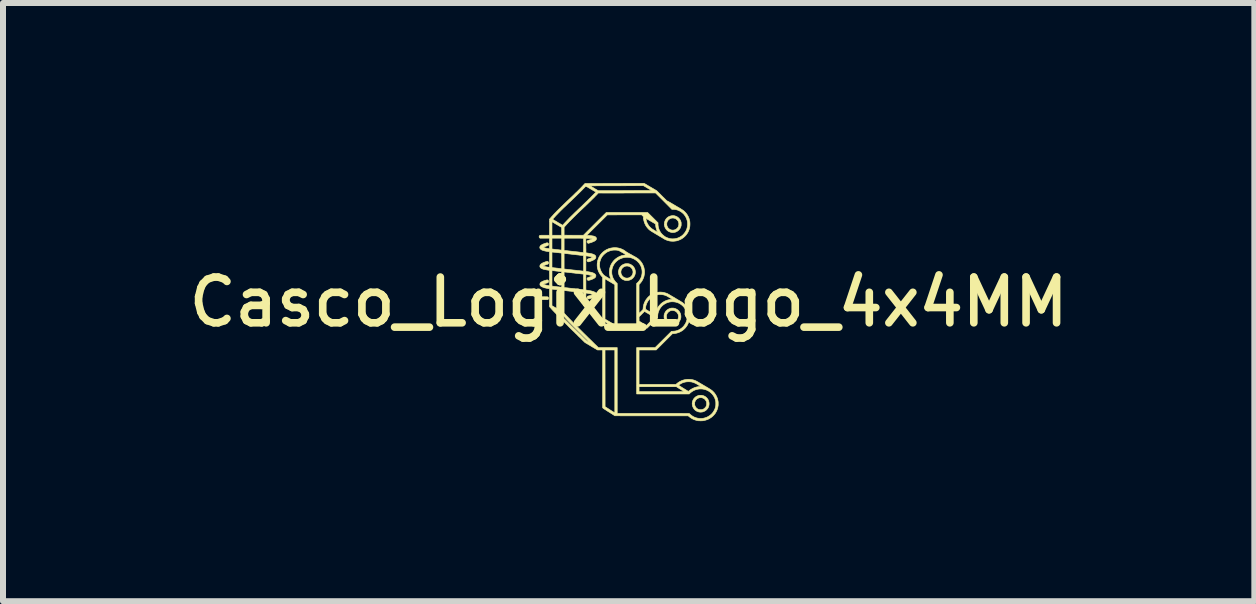
<source format=kicad_pcb>
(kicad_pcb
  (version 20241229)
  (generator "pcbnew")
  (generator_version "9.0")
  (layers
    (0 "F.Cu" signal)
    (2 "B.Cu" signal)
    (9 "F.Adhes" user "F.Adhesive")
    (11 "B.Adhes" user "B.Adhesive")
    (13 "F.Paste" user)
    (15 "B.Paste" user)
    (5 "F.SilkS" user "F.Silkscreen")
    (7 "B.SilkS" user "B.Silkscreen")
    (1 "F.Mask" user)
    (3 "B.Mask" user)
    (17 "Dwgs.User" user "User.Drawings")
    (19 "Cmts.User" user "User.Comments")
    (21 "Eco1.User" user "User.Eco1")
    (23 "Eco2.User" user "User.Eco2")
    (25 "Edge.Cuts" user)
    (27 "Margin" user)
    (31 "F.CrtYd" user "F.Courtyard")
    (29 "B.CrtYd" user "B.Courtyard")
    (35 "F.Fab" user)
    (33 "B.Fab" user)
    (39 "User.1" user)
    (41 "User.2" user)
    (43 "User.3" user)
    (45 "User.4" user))
  (footprint "Casco_Logix_Logo_4x4MM"
    (layer "F.Cu")
    (at 7.426 1.983)
    (property "Reference" "Casco_Logix_Logo_4x4MM" (at 0 0 0) (layer "F.SilkS") (effects (font (size 0.762 0.762) (thickness 0.127))))
    (attr through_hole)
    (fp_poly (pts (xy -1.427 -0.088) (xy -1.415 -0.088) (xy -1.408 -0.088) (xy -1.349 -0.087) (xy -1.344 -0.083) (xy -1.338 -0.077) (xy -1.334 -0.07) (xy -1.333 -0.063) (xy -1.335 -0.055) (xy -1.335 -0.054) (xy -1.338 -0.048) (xy -1.343 -0.044) (xy -1.348 -0.041) (xy -1.349 -0.04) (xy -1.351 -0.04) (xy -1.353 -0.039) (xy -1.356 -0.039) (xy -1.36 -0.039) (xy -1.366 -0.039) (xy -1.373 -0.039) (xy -1.382 -0.039) (xy -1.393 -0.039) (xy -1.407 -0.039) (xy -1.411 -0.039) (xy -1.426 -0.039) (xy -1.438 -0.039) (xy -1.447 -0.039) (xy -1.455 -0.039) (xy -1.461 -0.039) (xy -1.465 -0.039) (xy -1.469 -0.039) (xy -1.471 -0.04) (xy -1.473 -0.04) (xy -1.475 -0.041) (xy -1.475 -0.041) (xy -1.482 -0.045) (xy -1.486 -0.051) (xy -1.489 -0.059) (xy -1.49 -0.066) (xy -1.488 -0.072) (xy -1.486 -0.077) (xy -1.482 -0.081) (xy -1.477 -0.085) (xy -1.472 -0.087) (xy -1.472 -0.087) (xy -1.469 -0.087) (xy -1.465 -0.087) (xy -1.458 -0.088) (xy -1.449 -0.088) (xy -1.439 -0.088) (xy -1.427 -0.088)) (stroke (width 0.01) (type solid)) (fill yes) (layer "F.SilkS"))
    (fp_poly (pts (xy 0.76 -1.438) (xy 0.778 -1.433) (xy 0.796 -1.426) (xy 0.813 -1.417) (xy 0.813 -1.416) (xy 0.829 -1.404) (xy 0.842 -1.39) (xy 0.854 -1.375) (xy 0.864 -1.357) (xy 0.871 -1.338) (xy 0.871 -1.337) (xy 0.873 -1.332) (xy 0.874 -1.328) (xy 0.874 -1.324) (xy 0.875 -1.32) (xy 0.875 -1.314) (xy 0.875 -1.307) (xy 0.875 -1.299) (xy 0.875 -1.29) (xy 0.875 -1.283) (xy 0.875 -1.277) (xy 0.874 -1.273) (xy 0.873 -1.269) (xy 0.872 -1.265) (xy 0.871 -1.261) (xy 0.864 -1.242) (xy 0.855 -1.224) (xy 0.843 -1.209) (xy 0.83 -1.195) (xy 0.815 -1.183) (xy 0.798 -1.173) (xy 0.794 -1.171) (xy 0.78 -1.165) (xy 0.765 -1.161) (xy 0.749 -1.159) (xy 0.734 -1.158) (xy 0.724 -1.158) (xy 0.704 -1.162) (xy 0.685 -1.168) (xy 0.667 -1.176) (xy 0.651 -1.186) (xy 0.636 -1.199) (xy 0.633 -1.202) (xy 0.621 -1.217) (xy 0.611 -1.233) (xy 0.603 -1.25) (xy 0.598 -1.268) (xy 0.595 -1.286) (xy 0.595 -1.303) (xy 0.635 -1.303) (xy 0.635 -1.287) (xy 0.638 -1.272) (xy 0.644 -1.257) (xy 0.651 -1.244) (xy 0.66 -1.231) (xy 0.672 -1.221) (xy 0.685 -1.212) (xy 0.699 -1.205) (xy 0.705 -1.203) (xy 0.721 -1.199) (xy 0.737 -1.198) (xy 0.754 -1.2) (xy 0.762 -1.202) (xy 0.776 -1.206) (xy 0.789 -1.214) (xy 0.802 -1.223) (xy 0.806 -1.227) (xy 0.817 -1.239) (xy 0.825 -1.252) (xy 0.831 -1.265) (xy 0.834 -1.279) (xy 0.836 -1.294) (xy 0.836 -1.308) (xy 0.834 -1.32) (xy 0.831 -1.331) (xy 0.826 -1.343) (xy 0.826 -1.344) (xy 0.818 -1.357) (xy 0.808 -1.369) (xy 0.796 -1.379) (xy 0.783 -1.388) (xy 0.769 -1.394) (xy 0.754 -1.398) (xy 0.738 -1.4) (xy 0.722 -1.399) (xy 0.707 -1.396) (xy 0.693 -1.391) (xy 0.68 -1.383) (xy 0.668 -1.374) (xy 0.657 -1.363) (xy 0.648 -1.35) (xy 0.641 -1.336) (xy 0.637 -1.32) (xy 0.636 -1.319) (xy 0.635 -1.303) (xy 0.595 -1.303) (xy 0.595 -1.304) (xy 0.596 -1.322) (xy 0.601 -1.34) (xy 0.607 -1.357) (xy 0.616 -1.374) (xy 0.627 -1.389) (xy 0.639 -1.402) (xy 0.654 -1.414) (xy 0.67 -1.424) (xy 0.687 -1.431) (xy 0.705 -1.436) (xy 0.723 -1.439) (xy 0.742 -1.44) (xy 0.76 -1.438)) (stroke (width 0.01) (type solid)) (fill yes) (layer "F.SilkS"))
    (fp_poly (pts (xy -0.02 -0.639) (xy -0.012 -0.639) (xy -0.007 -0.638) (xy -0.002 -0.638) (xy 0.003 -0.637) (xy 0.007 -0.636) (xy 0.025 -0.63) (xy 0.042 -0.621) (xy 0.058 -0.61) (xy 0.068 -0.601) (xy 0.078 -0.591) (xy 0.086 -0.581) (xy 0.093 -0.569) (xy 0.097 -0.563) (xy 0.104 -0.545) (xy 0.109 -0.527) (xy 0.112 -0.508) (xy 0.112 -0.49) (xy 0.109 -0.472) (xy 0.105 -0.455) (xy 0.098 -0.438) (xy 0.089 -0.423) (xy 0.078 -0.408) (xy 0.066 -0.395) (xy 0.051 -0.383) (xy 0.035 -0.374) (xy 0.017 -0.366) (xy 0.016 -0.366) (xy 0.001 -0.362) (xy -0.015 -0.359) (xy -0.031 -0.359) (xy -0.047 -0.359) (xy -0.05 -0.36) (xy -0.067 -0.363) (xy -0.083 -0.369) (xy -0.099 -0.377) (xy -0.114 -0.387) (xy -0.127 -0.398) (xy -0.13 -0.402) (xy -0.143 -0.417) (xy -0.153 -0.433) (xy -0.161 -0.45) (xy -0.166 -0.467) (xy -0.169 -0.485) (xy -0.17 -0.502) (xy -0.13 -0.502) (xy -0.129 -0.487) (xy -0.126 -0.472) (xy -0.12 -0.457) (xy -0.112 -0.443) (xy -0.107 -0.436) (xy -0.097 -0.425) (xy -0.084 -0.415) (xy -0.07 -0.407) (xy -0.055 -0.402) (xy -0.046 -0.399) (xy -0.038 -0.399) (xy -0.029 -0.399) (xy -0.02 -0.399) (xy -0.011 -0.4) (xy -0.003 -0.402) (xy -0.001 -0.402) (xy 0.015 -0.409) (xy 0.029 -0.417) (xy 0.042 -0.427) (xy 0.053 -0.44) (xy 0.061 -0.454) (xy 0.062 -0.455) (xy 0.067 -0.467) (xy 0.07 -0.479) (xy 0.072 -0.491) (xy 0.072 -0.5) (xy 0.071 -0.516) (xy 0.067 -0.531) (xy 0.061 -0.545) (xy 0.053 -0.558) (xy 0.042 -0.571) (xy 0.036 -0.576) (xy 0.031 -0.581) (xy 0.027 -0.584) (xy 0.022 -0.587) (xy 0.016 -0.589) (xy 0.005 -0.594) (xy -0.004 -0.597) (xy -0.014 -0.599) (xy -0.025 -0.6) (xy -0.029 -0.6) (xy -0.046 -0.599) (xy -0.061 -0.595) (xy -0.075 -0.589) (xy -0.089 -0.58) (xy -0.098 -0.573) (xy -0.109 -0.561) (xy -0.118 -0.547) (xy -0.124 -0.533) (xy -0.128 -0.518) (xy -0.13 -0.502) (xy -0.17 -0.502) (xy -0.17 -0.504) (xy -0.168 -0.522) (xy -0.164 -0.539) (xy -0.158 -0.557) (xy -0.149 -0.573) (xy -0.138 -0.589) (xy -0.129 -0.599) (xy -0.118 -0.609) (xy -0.107 -0.617) (xy -0.094 -0.624) (xy -0.089 -0.627) (xy -0.079 -0.631) (xy -0.071 -0.634) (xy -0.062 -0.637) (xy -0.053 -0.638) (xy -0.044 -0.639) (xy -0.032 -0.639) (xy -0.029 -0.639) (xy -0.02 -0.639)) (stroke (width 0.01) (type solid)) (fill yes) (layer "F.SilkS"))
    (fp_poly (pts (xy 1.205 1.554) (xy 1.216 1.554) (xy 1.226 1.556) (xy 1.232 1.557) (xy 1.251 1.563) (xy 1.269 1.571) (xy 1.285 1.582) (xy 1.299 1.594) (xy 1.309 1.606) (xy 1.321 1.622) (xy 1.329 1.639) (xy 1.335 1.657) (xy 1.339 1.676) (xy 1.34 1.694) (xy 1.339 1.714) (xy 1.335 1.733) (xy 1.329 1.751) (xy 1.32 1.768) (xy 1.308 1.783) (xy 1.298 1.795) (xy 1.283 1.808) (xy 1.266 1.818) (xy 1.249 1.826) (xy 1.23 1.832) (xy 1.211 1.834) (xy 1.191 1.835) (xy 1.185 1.834) (xy 1.166 1.831) (xy 1.149 1.825) (xy 1.132 1.818) (xy 1.116 1.808) (xy 1.102 1.796) (xy 1.09 1.782) (xy 1.079 1.767) (xy 1.071 1.751) (xy 1.064 1.733) (xy 1.06 1.714) (xy 1.059 1.701) (xy 1.059 1.696) (xy 1.099 1.696) (xy 1.1 1.705) (xy 1.1 1.714) (xy 1.102 1.719) (xy 1.107 1.735) (xy 1.115 1.749) (xy 1.125 1.762) (xy 1.137 1.773) (xy 1.151 1.783) (xy 1.163 1.788) (xy 1.177 1.792) (xy 1.191 1.794) (xy 1.206 1.794) (xy 1.22 1.793) (xy 1.231 1.79) (xy 1.244 1.785) (xy 1.255 1.778) (xy 1.265 1.77) (xy 1.271 1.764) (xy 1.277 1.758) (xy 1.282 1.753) (xy 1.285 1.748) (xy 1.288 1.742) (xy 1.29 1.74) (xy 1.294 1.729) (xy 1.298 1.719) (xy 1.299 1.709) (xy 1.3 1.698) (xy 1.3 1.694) (xy 1.299 1.679) (xy 1.297 1.666) (xy 1.292 1.653) (xy 1.289 1.648) (xy 1.28 1.634) (xy 1.27 1.621) (xy 1.257 1.611) (xy 1.243 1.603) (xy 1.233 1.599) (xy 1.224 1.596) (xy 1.214 1.594) (xy 1.203 1.594) (xy 1.2 1.593) (xy 1.189 1.594) (xy 1.18 1.595) (xy 1.171 1.597) (xy 1.162 1.601) (xy 1.153 1.605) (xy 1.147 1.608) (xy 1.141 1.611) (xy 1.136 1.615) (xy 1.131 1.62) (xy 1.128 1.623) (xy 1.123 1.629) (xy 1.119 1.633) (xy 1.115 1.638) (xy 1.112 1.644) (xy 1.11 1.649) (xy 1.107 1.656) (xy 1.104 1.662) (xy 1.102 1.668) (xy 1.101 1.671) (xy 1.1 1.678) (xy 1.099 1.686) (xy 1.099 1.696) (xy 1.059 1.696) (xy 1.059 1.682) (xy 1.062 1.663) (xy 1.067 1.645) (xy 1.075 1.629) (xy 1.084 1.613) (xy 1.096 1.599) (xy 1.109 1.586) (xy 1.124 1.575) (xy 1.141 1.566) (xy 1.159 1.559) (xy 1.173 1.555) (xy 1.182 1.554) (xy 1.193 1.554) (xy 1.205 1.554)) (stroke (width 0.01) (type solid)) (fill yes) (layer "F.SilkS"))
    (fp_poly (pts (xy 0.74 0.101) (xy 0.751 0.102) (xy 0.76 0.104) (xy 0.762 0.104) (xy 0.78 0.11) (xy 0.795 0.117) (xy 0.809 0.125) (xy 0.823 0.136) (xy 0.826 0.139) (xy 0.84 0.154) (xy 0.851 0.169) (xy 0.859 0.186) (xy 0.865 0.204) (xy 0.869 0.222) (xy 0.87 0.235) (xy 0.87 0.255) (xy 0.867 0.274) (xy 0.861 0.292) (xy 0.853 0.309) (xy 0.846 0.322) (xy 0.835 0.335) (xy 0.822 0.347) (xy 0.808 0.358) (xy 0.793 0.367) (xy 0.777 0.374) (xy 0.761 0.379) (xy 0.746 0.381) (xy 0.74 0.382) (xy 0.735 0.382) (xy 0.732 0.382) (xy 0.732 0.382) (xy 0.729 0.382) (xy 0.724 0.382) (xy 0.718 0.382) (xy 0.716 0.382) (xy 0.697 0.379) (xy 0.679 0.373) (xy 0.662 0.365) (xy 0.646 0.354) (xy 0.631 0.342) (xy 0.63 0.341) (xy 0.617 0.326) (xy 0.607 0.311) (xy 0.599 0.294) (xy 0.593 0.276) (xy 0.592 0.272) (xy 0.591 0.268) (xy 0.59 0.263) (xy 0.59 0.257) (xy 0.59 0.25) (xy 0.59 0.245) (xy 0.629 0.245) (xy 0.629 0.246) (xy 0.631 0.263) (xy 0.636 0.278) (xy 0.643 0.293) (xy 0.652 0.306) (xy 0.663 0.317) (xy 0.676 0.327) (xy 0.69 0.334) (xy 0.706 0.34) (xy 0.713 0.341) (xy 0.722 0.342) (xy 0.732 0.342) (xy 0.741 0.341) (xy 0.75 0.34) (xy 0.755 0.339) (xy 0.77 0.334) (xy 0.784 0.326) (xy 0.797 0.317) (xy 0.807 0.306) (xy 0.816 0.293) (xy 0.823 0.279) (xy 0.828 0.264) (xy 0.83 0.248) (xy 0.83 0.235) (xy 0.828 0.219) (xy 0.824 0.204) (xy 0.816 0.19) (xy 0.807 0.176) (xy 0.803 0.173) (xy 0.791 0.161) (xy 0.777 0.152) (xy 0.763 0.146) (xy 0.747 0.142) (xy 0.731 0.14) (xy 0.715 0.141) (xy 0.699 0.145) (xy 0.696 0.146) (xy 0.686 0.15) (xy 0.678 0.155) (xy 0.67 0.16) (xy 0.661 0.168) (xy 0.658 0.171) (xy 0.652 0.177) (xy 0.648 0.182) (xy 0.645 0.186) (xy 0.642 0.191) (xy 0.639 0.196) (xy 0.634 0.209) (xy 0.631 0.22) (xy 0.629 0.232) (xy 0.629 0.245) (xy 0.59 0.245) (xy 0.59 0.241) (xy 0.59 0.232) (xy 0.59 0.225) (xy 0.59 0.22) (xy 0.591 0.215) (xy 0.592 0.211) (xy 0.593 0.207) (xy 0.594 0.204) (xy 0.601 0.185) (xy 0.61 0.167) (xy 0.621 0.151) (xy 0.635 0.137) (xy 0.65 0.125) (xy 0.666 0.116) (xy 0.684 0.108) (xy 0.697 0.104) (xy 0.706 0.102) (xy 0.717 0.101) (xy 0.729 0.101) (xy 0.74 0.101)) (stroke (width 0.01) (type solid)) (fill yes) (layer "F.SilkS"))
    (fp_poly (pts (xy 0.19 -1.978) (xy 0.202 -1.978) (xy 0.213 -1.978) (xy 0.223 -1.978) (xy 0.231 -1.978) (xy 0.238 -1.978) (xy 0.244 -1.978) (xy 0.248 -1.978) (xy 0.252 -1.978) (xy 0.255 -1.978) (xy 0.257 -1.977) (xy 0.258 -1.977) (xy 0.259 -1.977) (xy 0.26 -1.977) (xy 0.261 -1.976) (xy 0.265 -1.973) (xy 0.272 -1.97) (xy 0.279 -1.965) (xy 0.289 -1.96) (xy 0.3 -1.953) (xy 0.312 -1.946) (xy 0.325 -1.938) (xy 0.339 -1.93) (xy 0.354 -1.921) (xy 0.363 -1.916) (xy 0.378 -1.907) (xy 0.392 -1.899) (xy 0.406 -1.891) (xy 0.419 -1.883) (xy 0.43 -1.877) (xy 0.44 -1.871) (xy 0.448 -1.866) (xy 0.455 -1.862) (xy 0.46 -1.859) (xy 0.463 -1.858) (xy 0.463 -1.858) (xy 0.464 -1.857) (xy 0.467 -1.854) (xy 0.472 -1.85) (xy 0.478 -1.844) (xy 0.486 -1.836) (xy 0.494 -1.828) (xy 0.504 -1.818) (xy 0.515 -1.807) (xy 0.527 -1.796) (xy 0.539 -1.783) (xy 0.551 -1.771) (xy 0.564 -1.758) (xy 0.576 -1.746) (xy 0.588 -1.735) (xy 0.599 -1.724) (xy 0.609 -1.714) (xy 0.617 -1.706) (xy 0.625 -1.698) (xy 0.631 -1.693) (xy 0.635 -1.688) (xy 0.638 -1.686) (xy 0.64 -1.685) (xy 0.641 -1.684) (xy 0.645 -1.683) (xy 0.649 -1.681) (xy 0.655 -1.678) (xy 0.663 -1.674) (xy 0.672 -1.669) (xy 0.683 -1.662) (xy 0.696 -1.655) (xy 0.711 -1.646) (xy 0.728 -1.636) (xy 0.747 -1.625) (xy 0.762 -1.616) (xy 0.777 -1.607) (xy 0.792 -1.598) (xy 0.807 -1.589) (xy 0.821 -1.581) (xy 0.834 -1.574) (xy 0.845 -1.567) (xy 0.855 -1.561) (xy 0.864 -1.556) (xy 0.871 -1.552) (xy 0.875 -1.549) (xy 0.876 -1.548) (xy 0.892 -1.538) (xy 0.907 -1.528) (xy 0.92 -1.518) (xy 0.932 -1.507) (xy 0.951 -1.487) (xy 0.969 -1.465) (xy 0.983 -1.442) (xy 0.996 -1.418) (xy 1.006 -1.393) (xy 1.013 -1.367) (xy 1.019 -1.341) (xy 1.021 -1.314) (xy 1.021 -1.287) (xy 1.019 -1.26) (xy 1.014 -1.232) (xy 1.007 -1.208) (xy 0.997 -1.183) (xy 0.985 -1.158) (xy 0.97 -1.135) (xy 0.954 -1.114) (xy 0.935 -1.094) (xy 0.915 -1.076) (xy 0.893 -1.06) (xy 0.87 -1.046) (xy 0.845 -1.035) (xy 0.819 -1.025) (xy 0.801 -1.02) (xy 0.776 -1.016) (xy 0.751 -1.013) (xy 0.725 -1.013) (xy 0.699 -1.015) (xy 0.674 -1.019) (xy 0.657 -1.024) (xy 0.641 -1.029) (xy 0.626 -1.034) (xy 0.612 -1.041) (xy 0.597 -1.048) (xy 0.581 -1.058) (xy 0.579 -1.059) (xy 0.575 -1.061) (xy 0.57 -1.065) (xy 0.562 -1.069) (xy 0.553 -1.075) (xy 0.543 -1.081) (xy 0.531 -1.088) (xy 0.517 -1.096) (xy 0.503 -1.104) (xy 0.489 -1.113) (xy 0.474 -1.122) (xy 0.468 -1.125) (xy 0.453 -1.134) (xy 0.438 -1.143) (xy 0.424 -1.152) (xy 0.411 -1.16) (xy 0.398 -1.167) (xy 0.387 -1.174) (xy 0.378 -1.18) (xy 0.37 -1.185) (xy 0.364 -1.189) (xy 0.36 -1.191) (xy 0.359 -1.192) (xy 0.338 -1.209) (xy 0.319 -1.229) (xy 0.302 -1.25) (xy 0.286 -1.273) (xy 0.274 -1.297) (xy 0.263 -1.323) (xy 0.255 -1.349) (xy 0.251 -1.365) (xy 0.25 -1.374) (xy 0.248 -1.385) (xy 0.247 -1.393) (xy 0.287 -1.393) (xy 0.288 -1.389) (xy 0.289 -1.384) (xy 0.29 -1.377) (xy 0.291 -1.37) (xy 0.292 -1.364) (xy 0.294 -1.358) (xy 0.294 -1.357) (xy 0.301 -1.334) (xy 0.311 -1.311) (xy 0.324 -1.289) (xy 0.338 -1.268) (xy 0.355 -1.249) (xy 0.373 -1.232) (xy 0.385 -1.222) (xy 0.387 -1.22) (xy 0.392 -1.218) (xy 0.398 -1.214) (xy 0.405 -1.209) (xy 0.413 -1.204) (xy 0.422 -1.199) (xy 0.431 -1.193) (xy 0.44 -1.188) (xy 0.449 -1.182) (xy 0.458 -1.177) (xy 0.466 -1.173) (xy 0.472 -1.169) (xy 0.477 -1.166) (xy 0.48 -1.165) (xy 0.481 -1.164) (xy 0.482 -1.165) (xy 0.482 -1.165) (xy 0.481 -1.166) (xy 0.48 -1.169) (xy 0.478 -1.174) (xy 0.476 -1.178) (xy 0.469 -1.195) (xy 0.463 -1.212) (xy 0.458 -1.231) (xy 0.453 -1.25) (xy 0.451 -1.269) (xy 0.449 -1.286) (xy 0.449 -1.293) (xy 0.449 -1.3) (xy 0.369 -1.347) (xy 0.355 -1.355) (xy 0.342 -1.363) (xy 0.33 -1.37) (xy 0.319 -1.376) (xy 0.31 -1.382) (xy 0.302 -1.387) (xy 0.295 -1.39) (xy 0.29 -1.393) (xy 0.288 -1.394) (xy 0.287 -1.394) (xy 0.287 -1.393) (xy 0.247 -1.393) (xy 0.247 -1.395) (xy 0.246 -1.405) (xy 0.246 -1.414) (xy 0.246 -1.416) (xy 0.246 -1.423) (xy 0.231 -1.438) (xy 0.216 -1.453) (xy -0.07 -1.453) (xy -0.356 -1.452) (xy -0.699 -1.111) (xy -0.67 -1.11) (xy -0.651 -1.108) (xy -0.633 -1.107) (xy -0.616 -1.104) (xy -0.601 -1.102) (xy -0.588 -1.1) (xy -0.585 -1.099) (xy -0.571 -1.095) (xy -0.559 -1.09) (xy -0.55 -1.083) (xy -0.543 -1.076) (xy -0.539 -1.068) (xy -0.537 -1.059) (xy -0.537 -1.055) (xy -0.539 -1.046) (xy -0.542 -1.038) (xy -0.548 -1.031) (xy -0.55 -1.029) (xy -0.556 -1.024) (xy -0.565 -1.018) (xy -0.575 -1.012) (xy -0.587 -1.007) (xy -0.601 -1.001) (xy -0.618 -0.994) (xy -0.632 -0.99) (xy -0.642 -0.986) (xy -0.651 -0.984) (xy -0.658 -0.982) (xy -0.663 -0.98) (xy -0.667 -0.98) (xy -0.67 -0.979) (xy -0.673 -0.979) (xy -0.675 -0.98) (xy -0.676 -0.98) (xy -0.683 -0.983) (xy -0.688 -0.989) (xy -0.692 -0.995) (xy -0.694 -1.002) (xy -0.694 -1.008) (xy -0.692 -1.015) (xy -0.688 -1.02) (xy -0.682 -1.025) (xy -0.68 -1.026) (xy -0.677 -1.027) (xy -0.672 -1.029) (xy -0.665 -1.031) (xy -0.658 -1.033) (xy -0.654 -1.035) (xy -0.646 -1.037) (xy -0.637 -1.04) (xy -0.628 -1.043) (xy -0.621 -1.046) (xy -0.619 -1.047) (xy -0.613 -1.049) (xy -0.609 -1.051) (xy -0.607 -1.052) (xy -0.607 -1.053) (xy -0.608 -1.053) (xy -0.612 -1.054) (xy -0.618 -1.055) (xy -0.626 -1.056) (xy -0.635 -1.057) (xy -0.645 -1.058) (xy -0.656 -1.059) (xy -0.666 -1.06) (xy -0.671 -1.06) (xy -0.679 -1.06) (xy -0.688 -1.061) (xy -0.695 -1.061) (xy -0.701 -1.062) (xy -0.704 -1.062) (xy -0.713 -1.062) (xy -0.713 -0.941) (xy -0.713 -0.918) (xy -0.713 -0.897) (xy -0.712 -0.879) (xy -0.712 -0.863) (xy -0.712 -0.849) (xy -0.712 -0.838) (xy -0.712 -0.829) (xy -0.712 -0.824) (xy -0.711 -0.82) (xy -0.711 -0.82) (xy -0.708 -0.819) (xy -0.703 -0.819) (xy -0.696 -0.818) (xy -0.687 -0.817) (xy -0.678 -0.815) (xy -0.669 -0.814) (xy -0.659 -0.812) (xy -0.65 -0.811) (xy -0.642 -0.809) (xy -0.635 -0.808) (xy -0.635 -0.808) (xy -0.615 -0.804) (xy -0.598 -0.799) (xy -0.583 -0.793) (xy -0.571 -0.787) (xy -0.562 -0.78) (xy -0.554 -0.773) (xy -0.549 -0.765) (xy -0.547 -0.756) (xy -0.546 -0.75) (xy -0.547 -0.741) (xy -0.55 -0.732) (xy -0.555 -0.724) (xy -0.563 -0.716) (xy -0.573 -0.709) (xy -0.585 -0.701) (xy -0.6 -0.694) (xy -0.616 -0.687) (xy -0.625 -0.683) (xy -0.634 -0.68) (xy -0.643 -0.677) (xy -0.651 -0.674) (xy -0.659 -0.672) (xy -0.665 -0.671) (xy -0.669 -0.67) (xy -0.67 -0.67) (xy -0.677 -0.671) (xy -0.684 -0.675) (xy -0.689 -0.68) (xy -0.693 -0.686) (xy -0.694 -0.694) (xy -0.693 -0.701) (xy -0.692 -0.706) (xy -0.689 -0.71) (xy -0.686 -0.713) (xy -0.681 -0.716) (xy -0.675 -0.719) (xy -0.666 -0.722) (xy -0.662 -0.723) (xy -0.651 -0.727) (xy -0.639 -0.731) (xy -0.628 -0.735) (xy -0.618 -0.74) (xy -0.61 -0.743) (xy -0.609 -0.745) (xy -0.603 -0.748) (xy -0.609 -0.75) (xy -0.616 -0.753) (xy -0.626 -0.755) (xy -0.637 -0.758) (xy -0.65 -0.76) (xy -0.663 -0.763) (xy -0.677 -0.765) (xy -0.691 -0.767) (xy -0.694 -0.767) (xy -0.7 -0.768) (xy -0.705 -0.769) (xy -0.709 -0.769) (xy -0.709 -0.77) (xy -0.713 -0.77) (xy -0.713 -0.51) (xy -0.69 -0.507) (xy -0.676 -0.505) (xy -0.662 -0.502) (xy -0.647 -0.5) (xy -0.634 -0.497) (xy -0.621 -0.494) (xy -0.61 -0.491) (xy -0.607 -0.49) (xy -0.591 -0.485) (xy -0.577 -0.478) (xy -0.566 -0.471) (xy -0.557 -0.464) (xy -0.551 -0.455) (xy -0.547 -0.446) (xy -0.546 -0.439) (xy -0.547 -0.43) (xy -0.55 -0.422) (xy -0.554 -0.414) (xy -0.561 -0.406) (xy -0.57 -0.399) (xy -0.582 -0.392) (xy -0.595 -0.385) (xy -0.612 -0.378) (xy -0.63 -0.371) (xy -0.633 -0.37) (xy -0.642 -0.367) (xy -0.65 -0.365) (xy -0.655 -0.364) (xy -0.66 -0.363) (xy -0.664 -0.362) (xy -0.668 -0.362) (xy -0.669 -0.362) (xy -0.674 -0.362) (xy -0.678 -0.362) (xy -0.681 -0.363) (xy -0.684 -0.365) (xy -0.684 -0.366) (xy -0.69 -0.372) (xy -0.693 -0.378) (xy -0.694 -0.386) (xy -0.693 -0.393) (xy -0.689 -0.4) (xy -0.687 -0.402) (xy -0.683 -0.406) (xy -0.678 -0.408) (xy -0.671 -0.41) (xy -0.661 -0.413) (xy -0.651 -0.417) (xy -0.64 -0.421) (xy -0.63 -0.424) (xy -0.622 -0.428) (xy -0.615 -0.43) (xy -0.614 -0.431) (xy -0.603 -0.436) (xy -0.609 -0.439) (xy -0.615 -0.441) (xy -0.624 -0.443) (xy -0.635 -0.446) (xy -0.648 -0.449) (xy -0.662 -0.452) (xy -0.678 -0.455) (xy -0.694 -0.457) (xy -0.707 -0.459) (xy -0.713 -0.46) (xy -0.713 -0.201) (xy -0.708 -0.2) (xy -0.693 -0.197) (xy -0.679 -0.195) (xy -0.668 -0.193) (xy -0.659 -0.192) (xy -0.651 -0.19) (xy -0.645 -0.189) (xy -0.639 -0.188) (xy -0.635 -0.187) (xy -0.63 -0.186) (xy -0.629 -0.186) (xy -0.609 -0.181) (xy -0.591 -0.176) (xy -0.576 -0.17) (xy -0.563 -0.164) (xy -0.553 -0.157) (xy -0.545 -0.15) (xy -0.54 -0.142) (xy -0.537 -0.134) (xy -0.535 -0.125) (xy -0.536 -0.118) (xy -0.539 -0.111) (xy -0.542 -0.104) (xy -0.545 -0.101) (xy -0.554 -0.093) (xy -0.565 -0.085) (xy -0.579 -0.078) (xy -0.595 -0.071) (xy -0.614 -0.065) (xy -0.635 -0.059) (xy -0.654 -0.054) (xy -0.663 -0.052) (xy -0.67 -0.052) (xy -0.675 -0.052) (xy -0.68 -0.054) (xy -0.684 -0.056) (xy -0.687 -0.059) (xy -0.691 -0.065) (xy -0.694 -0.073) (xy -0.694 -0.08) (xy -0.692 -0.087) (xy -0.687 -0.094) (xy -0.685 -0.095) (xy -0.682 -0.097) (xy -0.678 -0.099) (xy -0.671 -0.101) (xy -0.662 -0.103) (xy -0.661 -0.104) (xy -0.643 -0.108) (xy -0.627 -0.113) (xy -0.614 -0.117) (xy -0.604 -0.121) (xy -0.595 -0.125) (xy -0.599 -0.126) (xy -0.604 -0.128) (xy -0.61 -0.13) (xy -0.618 -0.132) (xy -0.627 -0.134) (xy -0.635 -0.136) (xy -0.643 -0.138) (xy -0.644 -0.139) (xy -0.65 -0.14) (xy -0.657 -0.141) (xy -0.665 -0.142) (xy -0.673 -0.144) (xy -0.682 -0.145) (xy -0.69 -0.147) (xy -0.698 -0.148) (xy -0.704 -0.149) (xy -0.708 -0.15) (xy -0.71 -0.15) (xy -0.711 -0.15) (xy -0.711 -0.149) (xy -0.711 -0.148) (xy -0.712 -0.147) (xy -0.712 -0.144) (xy -0.712 -0.14) (xy -0.712 -0.135) (xy -0.712 -0.129) (xy -0.712 -0.121) (xy -0.713 -0.111) (xy -0.713 -0.099) (xy -0.713 -0.085) (xy -0.713 -0.068) (xy -0.713 -0.056) (xy -0.713 0.038) (xy -0.594 0.156) (xy -0.476 0.274) (xy -0.434 0.275) (xy -0.434 -0.055) (xy -0.394 -0.055) (xy -0.394 0.284) (xy -0.313 0.332) (xy -0.231 0.38) (xy -0.231 0.046) (xy -0.231 0.016) (xy -0.231 -0.014) (xy -0.231 -0.042) (xy -0.231 -0.07) (xy -0.231 -0.097) (xy -0.231 -0.122) (xy -0.231 -0.146) (xy -0.231 -0.169) (xy -0.231 -0.19) (xy -0.231 -0.209) (xy -0.231 -0.227) (xy -0.231 -0.242) (xy -0.231 -0.256) (xy -0.231 -0.267) (xy -0.231 -0.277) (xy -0.231 -0.284) (xy -0.232 -0.288) (xy -0.232 -0.29) (xy -0.232 -0.29) (xy -0.233 -0.291) (xy -0.236 -0.293) (xy -0.242 -0.296) (xy -0.249 -0.3) (xy -0.257 -0.305) (xy -0.267 -0.311) (xy -0.277 -0.317) (xy -0.289 -0.324) (xy -0.3 -0.331) (xy -0.312 -0.338) (xy -0.324 -0.345) (xy -0.336 -0.352) (xy -0.347 -0.359) (xy -0.358 -0.365) (xy -0.367 -0.371) (xy -0.376 -0.376) (xy -0.383 -0.38) (xy -0.388 -0.383) (xy -0.392 -0.385) (xy -0.393 -0.386) (xy -0.393 -0.386) (xy -0.394 -0.384) (xy -0.394 -0.38) (xy -0.394 -0.374) (xy -0.394 -0.365) (xy -0.394 -0.354) (xy -0.394 -0.341) (xy -0.394 -0.325) (xy -0.394 -0.308) (xy -0.394 -0.289) (xy -0.394 -0.268) (xy -0.394 -0.246) (xy -0.394 -0.222) (xy -0.394 -0.197) (xy -0.394 -0.171) (xy -0.394 -0.143) (xy -0.394 -0.115) (xy -0.394 -0.085) (xy -0.394 -0.055) (xy -0.434 -0.055) (xy -0.434 -0.413) (xy -0.442 -0.421) (xy -0.447 -0.425) (xy -0.452 -0.431) (xy -0.457 -0.438) (xy -0.462 -0.443) (xy -0.478 -0.465) (xy -0.492 -0.489) (xy -0.504 -0.513) (xy -0.513 -0.539) (xy -0.52 -0.565) (xy -0.524 -0.592) (xy -0.525 -0.611) (xy -0.485 -0.611) (xy -0.483 -0.587) (xy -0.478 -0.563) (xy -0.471 -0.539) (xy -0.461 -0.517) (xy -0.453 -0.5) (xy -0.443 -0.485) (xy -0.433 -0.47) (xy -0.428 -0.465) (xy -0.424 -0.459) (xy -0.42 -0.455) (xy -0.415 -0.45) (xy -0.411 -0.446) (xy -0.406 -0.442) (xy -0.401 -0.438) (xy -0.394 -0.434) (xy -0.386 -0.429) (xy -0.377 -0.423) (xy -0.366 -0.416) (xy -0.353 -0.408) (xy -0.347 -0.405) (xy -0.334 -0.397) (xy -0.324 -0.391) (xy -0.315 -0.386) (xy -0.308 -0.382) (xy -0.303 -0.379) (xy -0.299 -0.376) (xy -0.296 -0.375) (xy -0.294 -0.374) (xy -0.293 -0.374) (xy -0.292 -0.374) (xy -0.292 -0.374) (xy -0.293 -0.375) (xy -0.294 -0.379) (xy -0.297 -0.383) (xy -0.298 -0.386) (xy -0.304 -0.4) (xy -0.309 -0.415) (xy -0.313 -0.431) (xy -0.316 -0.444) (xy -0.321 -0.471) (xy -0.322 -0.498) (xy -0.321 -0.525) (xy -0.317 -0.551) (xy -0.311 -0.577) (xy -0.303 -0.601) (xy -0.292 -0.626) (xy -0.279 -0.648) (xy -0.264 -0.67) (xy -0.247 -0.691) (xy -0.228 -0.71) (xy -0.207 -0.727) (xy -0.184 -0.742) (xy -0.163 -0.754) (xy -0.148 -0.761) (xy -0.133 -0.767) (xy -0.119 -0.772) (xy -0.103 -0.776) (xy -0.086 -0.78) (xy -0.068 -0.783) (xy -0.053 -0.785) (xy -0.045 -0.786) (xy -0.05 -0.792) (xy -0.053 -0.794) (xy -0.057 -0.796) (xy -0.062 -0.8) (xy -0.07 -0.805) (xy -0.08 -0.81) (xy -0.091 -0.817) (xy -0.105 -0.825) (xy -0.111 -0.828) (xy -0.124 -0.835) (xy -0.135 -0.841) (xy -0.143 -0.846) (xy -0.151 -0.85) (xy -0.157 -0.853) (xy -0.162 -0.855) (xy -0.166 -0.857) (xy -0.169 -0.858) (xy -0.172 -0.859) (xy -0.175 -0.86) (xy -0.178 -0.861) (xy -0.179 -0.861) (xy -0.205 -0.865) (xy -0.232 -0.866) (xy -0.258 -0.865) (xy -0.284 -0.861) (xy -0.309 -0.854) (xy -0.334 -0.845) (xy -0.358 -0.834) (xy -0.376 -0.822) (xy -0.387 -0.814) (xy -0.398 -0.805) (xy -0.41 -0.794) (xy -0.421 -0.783) (xy -0.431 -0.772) (xy -0.44 -0.761) (xy -0.441 -0.759) (xy -0.454 -0.739) (xy -0.465 -0.717) (xy -0.473 -0.694) (xy -0.48 -0.671) (xy -0.484 -0.647) (xy -0.485 -0.637) (xy -0.485 -0.611) (xy -0.525 -0.611) (xy -0.525 -0.619) (xy -0.524 -0.639) (xy -0.521 -0.667) (xy -0.515 -0.694) (xy -0.507 -0.719) (xy -0.496 -0.744) (xy -0.483 -0.768) (xy -0.468 -0.79) (xy -0.45 -0.811) (xy -0.431 -0.83) (xy -0.41 -0.847) (xy -0.387 -0.863) (xy -0.363 -0.876) (xy -0.337 -0.887) (xy -0.311 -0.896) (xy -0.285 -0.901) (xy -0.257 -0.905) (xy -0.23 -0.906) (xy -0.203 -0.905) (xy -0.176 -0.901) (xy -0.15 -0.895) (xy -0.124 -0.886) (xy -0.099 -0.875) (xy -0.075 -0.862) (xy -0.053 -0.846) (xy -0.045 -0.84) (xy -0.042 -0.838) (xy -0.038 -0.835) (xy -0.033 -0.832) (xy -0.027 -0.828) (xy -0.019 -0.823) (xy -0.01 -0.818) (xy 0.001 -0.812) (xy 0.014 -0.804) (xy 0.029 -0.796) (xy 0.033 -0.794) (xy 0.046 -0.787) (xy 0.058 -0.78) (xy 0.07 -0.773) (xy 0.081 -0.767) (xy 0.091 -0.762) (xy 0.099 -0.757) (xy 0.106 -0.754) (xy 0.11 -0.751) (xy 0.112 -0.75) (xy 0.134 -0.737) (xy 0.156 -0.722) (xy 0.176 -0.704) (xy 0.195 -0.684) (xy 0.211 -0.664) (xy 0.222 -0.648) (xy 0.235 -0.624) (xy 0.246 -0.598) (xy 0.255 -0.572) (xy 0.26 -0.545) (xy 0.264 -0.518) (xy 0.264 -0.49) (xy 0.264 -0.481) (xy 0.26 -0.454) (xy 0.255 -0.427) (xy 0.246 -0.401) (xy 0.235 -0.376) (xy 0.222 -0.352) (xy 0.206 -0.329) (xy 0.188 -0.307) (xy 0.185 -0.305) (xy 0.173 -0.291) (xy 0.173 0.19) (xy 0.207 0.157) (xy 0.24 0.123) (xy 0.24 0.12) (xy 0.281 0.12) (xy 0.444 0.217) (xy 0.445 0.208) (xy 0.446 0.202) (xy 0.447 0.195) (xy 0.448 0.188) (xy 0.449 0.184) (xy 0.456 0.158) (xy 0.465 0.133) (xy 0.476 0.108) (xy 0.49 0.085) (xy 0.506 0.063) (xy 0.524 0.043) (xy 0.543 0.024) (xy 0.564 0.008) (xy 0.578 -0.001) (xy 0.6 -0.014) (xy 0.623 -0.024) (xy 0.648 -0.033) (xy 0.673 -0.039) (xy 0.7 -0.043) (xy 0.716 -0.045) (xy 0.728 -0.046) (xy 0.685 -0.072) (xy 0.674 -0.078) (xy 0.664 -0.084) (xy 0.654 -0.09) (xy 0.646 -0.094) (xy 0.638 -0.099) (xy 0.633 -0.102) (xy 0.629 -0.103) (xy 0.607 -0.112) (xy 0.583 -0.119) (xy 0.559 -0.123) (xy 0.534 -0.125) (xy 0.509 -0.125) (xy 0.484 -0.122) (xy 0.46 -0.116) (xy 0.449 -0.113) (xy 0.427 -0.105) (xy 0.406 -0.094) (xy 0.385 -0.081) (xy 0.366 -0.066) (xy 0.349 -0.05) (xy 0.342 -0.042) (xy 0.327 -0.023) (xy 0.314 -0.003) (xy 0.303 0.019) (xy 0.294 0.041) (xy 0.287 0.063) (xy 0.283 0.086) (xy 0.281 0.108) (xy 0.281 0.12) (xy 0.24 0.12) (xy 0.24 0.114) (xy 0.241 0.098) (xy 0.243 0.08) (xy 0.247 0.061) (xy 0.251 0.043) (xy 0.257 0.025) (xy 0.262 0.011) (xy 0.275 -0.015) (xy 0.289 -0.039) (xy 0.306 -0.061) (xy 0.324 -0.082) (xy 0.344 -0.1) (xy 0.366 -0.116) (xy 0.389 -0.131) (xy 0.414 -0.142) (xy 0.44 -0.152) (xy 0.467 -0.159) (xy 0.487 -0.163) (xy 0.499 -0.164) (xy 0.511 -0.165) (xy 0.525 -0.165) (xy 0.539 -0.165) (xy 0.552 -0.164) (xy 0.564 -0.163) (xy 0.566 -0.163) (xy 0.587 -0.159) (xy 0.608 -0.153) (xy 0.629 -0.147) (xy 0.648 -0.139) (xy 0.654 -0.136) (xy 0.656 -0.134) (xy 0.661 -0.132) (xy 0.668 -0.128) (xy 0.676 -0.123) (xy 0.686 -0.117) (xy 0.697 -0.111) (xy 0.71 -0.103) (xy 0.723 -0.095) (xy 0.737 -0.087) (xy 0.75 -0.08) (xy 0.765 -0.071) (xy 0.779 -0.062) (xy 0.794 -0.053) (xy 0.808 -0.045) (xy 0.821 -0.037) (xy 0.833 -0.03) (xy 0.844 -0.024) (xy 0.852 -0.019) (xy 0.859 -0.015) (xy 0.863 -0.013) (xy 0.871 -0.007) (xy 0.88 -0.002) (xy 0.889 0.004) (xy 0.896 0.008) (xy 0.901 0.012) (xy 0.902 0.013) (xy 0.91 0.019) (xy 0.919 0.027) (xy 0.928 0.036) (xy 0.937 0.045) (xy 0.946 0.054) (xy 0.953 0.062) (xy 0.957 0.067) (xy 0.973 0.09) (xy 0.986 0.115) (xy 0.997 0.14) (xy 1.006 0.166) (xy 1.012 0.193) (xy 1.015 0.22) (xy 1.016 0.247) (xy 1.014 0.275) (xy 1.009 0.302) (xy 1.002 0.33) (xy 1.001 0.333) (xy 0.991 0.358) (xy 0.979 0.383) (xy 0.964 0.405) (xy 0.948 0.427) (xy 0.93 0.446) (xy 0.91 0.464) (xy 0.888 0.48) (xy 0.865 0.493) (xy 0.841 0.505) (xy 0.815 0.514) (xy 0.789 0.521) (xy 0.767 0.525) (xy 0.759 0.526) (xy 0.751 0.527) (xy 0.744 0.527) (xy 0.74 0.527) (xy 0.73 0.527) (xy 0.594 0.663) (xy 0.458 0.799) (xy 0.173 0.799) (xy 0.173 1.372) (xy 0.788 1.372) (xy 0.801 1.361) (xy 0.818 1.347) (xy 0.837 1.334) (xy 0.858 1.322) (xy 0.879 1.312) (xy 0.897 1.304) (xy 0.919 1.298) (xy 0.94 1.293) (xy 0.961 1.29) (xy 0.983 1.288) (xy 0.997 1.288) (xy 1.024 1.289) (xy 1.05 1.292) (xy 1.075 1.297) (xy 1.099 1.305) (xy 1.123 1.315) (xy 1.129 1.318) (xy 1.132 1.32) (xy 1.137 1.323) (xy 1.145 1.327) (xy 1.154 1.332) (xy 1.164 1.338) (xy 1.176 1.345) (xy 1.189 1.353) (xy 1.203 1.361) (xy 1.217 1.369) (xy 1.232 1.378) (xy 1.247 1.387) (xy 1.262 1.396) (xy 1.277 1.404) (xy 1.291 1.413) (xy 1.305 1.421) (xy 1.318 1.429) (xy 1.33 1.436) (xy 1.34 1.442) (xy 1.349 1.448) (xy 1.357 1.453) (xy 1.362 1.456) (xy 1.365 1.458) (xy 1.388 1.474) (xy 1.408 1.493) (xy 1.427 1.513) (xy 1.443 1.535) (xy 1.457 1.558) (xy 1.469 1.582) (xy 1.479 1.608) (xy 1.486 1.635) (xy 1.491 1.661) (xy 1.492 1.67) (xy 1.492 1.68) (xy 1.492 1.692) (xy 1.492 1.704) (xy 1.492 1.715) (xy 1.491 1.725) (xy 1.49 1.731) (xy 1.485 1.759) (xy 1.477 1.786) (xy 1.467 1.811) (xy 1.454 1.836) (xy 1.44 1.859) (xy 1.422 1.88) (xy 1.403 1.9) (xy 1.381 1.919) (xy 1.38 1.92) (xy 1.357 1.935) (xy 1.333 1.949) (xy 1.307 1.96) (xy 1.28 1.969) (xy 1.253 1.975) (xy 1.238 1.978) (xy 1.227 1.979) (xy 1.215 1.979) (xy 1.202 1.98) (xy 1.188 1.979) (xy 1.175 1.979) (xy 1.164 1.978) (xy 1.16 1.978) (xy 1.133 1.973) (xy 1.106 1.965) (xy 1.079 1.955) (xy 1.054 1.942) (xy 1.03 1.927) (xy 1.008 1.91) (xy 1.001 1.904) (xy 0.992 1.896) (xy 0.381 1.896) (xy 0.327 1.896) (xy 0.276 1.896) (xy 0.227 1.896) (xy 0.181 1.896) (xy 0.138 1.896) (xy 0.097 1.896) (xy 0.059 1.896) (xy 0.024 1.896) (xy -0.009 1.896) (xy -0.04 1.896) (xy -0.068 1.896) (xy -0.094 1.896) (xy -0.118 1.896) (xy -0.139 1.896) (xy -0.158 1.895) (xy -0.175 1.895) (xy -0.189 1.895) (xy -0.201 1.895) (xy -0.212 1.895) (xy -0.219 1.895) (xy -0.225 1.895) (xy -0.229 1.895) (xy -0.231 1.895) (xy -0.231 1.895) (xy -0.232 1.894) (xy -0.236 1.891) (xy -0.242 1.888) (xy -0.249 1.883) (xy -0.258 1.877) (xy -0.268 1.871) (xy -0.28 1.863) (xy -0.293 1.855) (xy -0.306 1.847) (xy -0.321 1.837) (xy -0.33 1.832) (xy -0.348 1.821) (xy -0.363 1.811) (xy -0.376 1.803) (xy -0.387 1.795) (xy -0.397 1.789) (xy -0.405 1.784) (xy -0.411 1.78) (xy -0.417 1.776) (xy -0.421 1.773) (xy -0.424 1.771) (xy -0.426 1.769) (xy -0.428 1.767) (xy -0.429 1.766) (xy -0.43 1.765) (xy -0.431 1.764) (xy -0.434 1.758) (xy -0.434 0.799) (xy -0.394 0.799) (xy -0.393 1.744) (xy -0.313 1.795) (xy -0.3 1.804) (xy -0.287 1.812) (xy -0.275 1.82) (xy -0.264 1.826) (xy -0.254 1.832) (xy -0.246 1.838) (xy -0.24 1.842) (xy -0.235 1.845) (xy -0.232 1.846) (xy -0.232 1.847) (xy -0.232 1.845) (xy -0.232 1.841) (xy -0.231 1.835) (xy -0.231 1.826) (xy -0.231 1.814) (xy -0.231 1.801) (xy -0.231 1.785) (xy -0.231 1.767) (xy -0.231 1.747) (xy -0.231 1.725) (xy -0.231 1.701) (xy -0.231 1.676) (xy -0.231 1.649) (xy -0.231 1.621) (xy -0.231 1.591) (xy -0.231 1.559) (xy -0.231 1.527) (xy -0.231 1.493) (xy -0.231 1.459) (xy -0.231 1.423) (xy -0.231 1.386) (xy -0.231 1.349) (xy -0.231 1.323) (xy -0.231 0.799) (xy -0.394 0.799) (xy -0.434 0.799) (xy -0.477 0.799) (xy -0.489 0.799) (xy -0.499 0.799) (xy -0.507 0.799) (xy -0.512 0.799) (xy -0.517 0.799) (xy -0.519 0.798) (xy -0.522 0.798) (xy -0.523 0.797) (xy -0.524 0.797) (xy -0.525 0.796) (xy -0.529 0.793) (xy -0.535 0.79) (xy -0.543 0.785) (xy -0.552 0.779) (xy -0.563 0.773) (xy -0.575 0.766) (xy -0.588 0.758) (xy -0.602 0.75) (xy -0.617 0.741) (xy -0.628 0.734) (xy -0.728 0.675) (xy -0.769 0.635) (xy -0.776 0.628) (xy -0.785 0.619) (xy -0.795 0.609) (xy -0.807 0.597) (xy -0.82 0.585) (xy -0.834 0.572) (xy -0.848 0.558) (xy -0.862 0.543) (xy -0.877 0.529) (xy -0.892 0.515) (xy -0.901 0.505) (xy -0.944 0.464) (xy -0.985 0.424) (xy -1.023 0.385) (xy -1.06 0.349) (xy -1.095 0.314) (xy -1.128 0.28) (xy -1.159 0.248) (xy -1.189 0.217) (xy -1.217 0.188) (xy -1.242 0.162) (xy -1.186 0.162) (xy -1.185 0.164) (xy -1.182 0.167) (xy -1.178 0.171) (xy -1.172 0.178) (xy -1.165 0.185) (xy -1.156 0.195) (xy -1.146 0.205) (xy -1.134 0.217) (xy -1.122 0.229) (xy -1.108 0.243) (xy -1.094 0.258) (xy -1.079 0.273) (xy -1.063 0.289) (xy -1.046 0.305) (xy -1.03 0.322) (xy -1.012 0.339) (xy -0.995 0.357) (xy -0.977 0.374) (xy -0.96 0.392) (xy -0.942 0.409) (xy -0.925 0.426) (xy -0.908 0.443) (xy -0.891 0.459) (xy -0.88 0.47) (xy -0.866 0.484) (xy -0.851 0.499) (xy -0.836 0.513) (xy -0.822 0.527) (xy -0.807 0.541) (xy -0.794 0.554) (xy -0.781 0.567) (xy -0.77 0.578) (xy -0.76 0.588) (xy -0.751 0.597) (xy -0.747 0.601) (xy -0.705 0.642) (xy -0.678 0.658) (xy -0.67 0.663) (xy -0.663 0.667) (xy -0.658 0.67) (xy -0.653 0.673) (xy -0.651 0.674) (xy -0.65 0.674) (xy -0.651 0.673) (xy -0.653 0.671) (xy -0.657 0.666) (xy -0.663 0.661) (xy -0.669 0.654) (xy -0.677 0.647) (xy -0.685 0.639) (xy -0.689 0.635) (xy -0.731 0.594) (xy -0.771 0.554) (xy -0.809 0.516) (xy -0.846 0.48) (xy -0.881 0.445) (xy -0.914 0.412) (xy -0.945 0.38) (xy -0.974 0.35) (xy -1.002 0.322) (xy -1.027 0.295) (xy -1.05 0.27) (xy -1.072 0.247) (xy -1.09 0.227) (xy -1.107 0.208) (xy -1.146 0.185) (xy -1.156 0.18) (xy -1.164 0.175) (xy -1.172 0.17) (xy -1.178 0.167) (xy -1.182 0.164) (xy -1.185 0.163) (xy -1.186 0.162) (xy -1.242 0.162) (xy -1.244 0.16) (xy -1.269 0.134) (xy -1.292 0.108) (xy -1.298 0.101) (xy -1.319 0.078) (xy -1.319 -0.216) (xy -1.278 -0.216) (xy -1.278 0.061) (xy -1.197 0.108) (xy -1.117 0.156) (xy -1.117 -0.02) (xy -1.117 -0.047) (xy -1.117 -0.071) (xy -1.117 -0.094) (xy -1.117 -0.115) (xy -1.117 -0.134) (xy -1.117 -0.15) (xy -1.117 -0.164) (xy -1.117 -0.175) (xy -1.117 -0.185) (xy -1.117 -0.191) (xy -1.117 -0.192) (xy -1.076 -0.192) (xy -1.076 0.184) (xy -1.057 0.205) (xy -1.035 0.229) (xy -1.01 0.255) (xy -0.984 0.282) (xy -0.956 0.311) (xy -0.926 0.342) (xy -0.894 0.375) (xy -0.86 0.409) (xy -0.825 0.444) (xy -0.788 0.481) (xy -0.749 0.52) (xy -0.708 0.56) (xy -0.683 0.585) (xy -0.669 0.599) (xy -0.654 0.613) (xy -0.639 0.628) (xy -0.624 0.642) (xy -0.61 0.656) (xy -0.596 0.67) (xy -0.584 0.682) (xy -0.572 0.694) (xy -0.562 0.704) (xy -0.553 0.712) (xy -0.549 0.716) (xy -0.505 0.759) (xy -0.191 0.759) (xy -0.191 1.856) (xy 0.458 1.856) (xy 0.504 1.856) (xy 0.547 1.856) (xy 0.588 1.856) (xy 0.626 1.856) (xy 0.662 1.856) (xy 0.695 1.856) (xy 0.726 1.856) (xy 0.755 1.856) (xy 0.783 1.856) (xy 0.808 1.856) (xy 0.831 1.856) (xy 0.852 1.856) (xy 0.872 1.856) (xy 0.89 1.856) (xy 0.906 1.857) (xy 0.921 1.857) (xy 0.934 1.857) (xy 0.946 1.857) (xy 0.957 1.857) (xy 0.966 1.857) (xy 0.974 1.857) (xy 0.982 1.857) (xy 0.988 1.857) (xy 0.993 1.857) (xy 0.997 1.857) (xy 1.001 1.857) (xy 1.004 1.858) (xy 1.006 1.858) (xy 1.008 1.858) (xy 1.01 1.858) (xy 1.01 1.858) (xy 1.011 1.858) (xy 1.012 1.859) (xy 1.012 1.859) (xy 1.012 1.859) (xy 1.012 1.859) (xy 1.013 1.861) (xy 1.017 1.864) (xy 1.021 1.868) (xy 1.026 1.873) (xy 1.027 1.874) (xy 1.048 1.89) (xy 1.07 1.905) (xy 1.093 1.917) (xy 1.118 1.927) (xy 1.143 1.934) (xy 1.168 1.938) (xy 1.175 1.939) (xy 1.184 1.94) (xy 1.194 1.94) (xy 1.205 1.94) (xy 1.215 1.94) (xy 1.224 1.939) (xy 1.23 1.939) (xy 1.256 1.934) (xy 1.281 1.927) (xy 1.305 1.918) (xy 1.328 1.906) (xy 1.349 1.893) (xy 1.369 1.877) (xy 1.387 1.86) (xy 1.403 1.841) (xy 1.417 1.82) (xy 1.429 1.798) (xy 1.439 1.775) (xy 1.441 1.769) (xy 1.445 1.754) (xy 1.449 1.74) (xy 1.451 1.726) (xy 1.452 1.71) (xy 1.452 1.701) (xy 1.452 1.68) (xy 1.451 1.66) (xy 1.447 1.642) (xy 1.442 1.623) (xy 1.438 1.61) (xy 1.428 1.587) (xy 1.415 1.565) (xy 1.4 1.544) (xy 1.384 1.525) (xy 1.365 1.508) (xy 1.345 1.492) (xy 1.323 1.479) (xy 1.3 1.468) (xy 1.276 1.459) (xy 1.25 1.453) (xy 1.225 1.449) (xy 1.2 1.448) (xy 1.174 1.449) (xy 1.149 1.453) (xy 1.124 1.459) (xy 1.1 1.468) (xy 1.077 1.479) (xy 1.056 1.492) (xy 1.035 1.507) (xy 1.017 1.523) (xy 1.009 1.532) (xy 0.133 1.532) (xy 0.133 1.411) (xy 0.173 1.411) (xy 0.173 1.492) (xy 0.548 1.492) (xy 0.583 1.492) (xy 0.617 1.492) (xy 0.649 1.492) (xy 0.68 1.492) (xy 0.71 1.492) (xy 0.738 1.492) (xy 0.764 1.492) (xy 0.789 1.492) (xy 0.812 1.492) (xy 0.833 1.492) (xy 0.852 1.492) (xy 0.869 1.492) (xy 0.884 1.492) (xy 0.896 1.492) (xy 0.906 1.492) (xy 0.914 1.491) (xy 0.919 1.491) (xy 0.922 1.491) (xy 0.922 1.491) (xy 0.921 1.49) (xy 0.917 1.488) (xy 0.912 1.485) (xy 0.905 1.48) (xy 0.896 1.475) (xy 0.886 1.469) (xy 0.876 1.462) (xy 0.864 1.455) (xy 0.858 1.451) (xy 0.795 1.411) (xy 0.173 1.411) (xy 0.133 1.411) (xy 0.133 1.387) (xy 0.833 1.387) (xy 0.834 1.388) (xy 0.837 1.39) (xy 0.842 1.393) (xy 0.849 1.398) (xy 0.858 1.403) (xy 0.868 1.41) (xy 0.879 1.417) (xy 0.891 1.425) (xy 0.904 1.433) (xy 0.914 1.439) (xy 0.995 1.489) (xy 1.006 1.479) (xy 1.012 1.474) (xy 1.019 1.469) (xy 1.027 1.463) (xy 1.034 1.458) (xy 1.035 1.458) (xy 1.058 1.444) (xy 1.083 1.432) (xy 1.108 1.422) (xy 1.135 1.415) (xy 1.161 1.41) (xy 1.164 1.41) (xy 1.172 1.409) (xy 1.181 1.408) (xy 1.188 1.408) (xy 1.19 1.408) (xy 1.202 1.407) (xy 1.159 1.381) (xy 1.149 1.375) (xy 1.139 1.369) (xy 1.13 1.364) (xy 1.122 1.359) (xy 1.115 1.356) (xy 1.11 1.353) (xy 1.107 1.352) (xy 1.085 1.343) (xy 1.064 1.336) (xy 1.044 1.331) (xy 1.022 1.329) (xy 1 1.328) (xy 0.997 1.328) (xy 0.97 1.329) (xy 0.944 1.333) (xy 0.918 1.339) (xy 0.894 1.348) (xy 0.871 1.36) (xy 0.848 1.374) (xy 0.842 1.379) (xy 0.837 1.382) (xy 0.834 1.385) (xy 0.833 1.387) (xy 0.833 1.387) (xy 0.133 1.387) (xy 0.133 0.759) (xy 0.441 0.759) (xy 0.577 0.624) (xy 0.713 0.488) (xy 0.737 0.487) (xy 0.763 0.485) (xy 0.788 0.481) (xy 0.812 0.474) (xy 0.835 0.464) (xy 0.857 0.452) (xy 0.878 0.438) (xy 0.897 0.422) (xy 0.915 0.404) (xy 0.93 0.384) (xy 0.944 0.363) (xy 0.955 0.341) (xy 0.964 0.317) (xy 0.971 0.293) (xy 0.972 0.285) (xy 0.975 0.26) (xy 0.976 0.235) (xy 0.974 0.21) (xy 0.97 0.186) (xy 0.963 0.162) (xy 0.954 0.14) (xy 0.943 0.118) (xy 0.93 0.098) (xy 0.915 0.079) (xy 0.898 0.062) (xy 0.879 0.046) (xy 0.859 0.032) (xy 0.838 0.02) (xy 0.814 0.01) (xy 0.79 0.003) (xy 0.782 0.001) (xy 0.757 -0.003) (xy 0.732 -0.005) (xy 0.706 -0.004) (xy 0.681 -0.000059) (xy 0.656 0.006) (xy 0.632 0.015) (xy 0.618 0.022) (xy 0.595 0.035) (xy 0.574 0.05) (xy 0.555 0.067) (xy 0.538 0.086) (xy 0.523 0.107) (xy 0.51 0.129) (xy 0.509 0.132) (xy 0.499 0.156) (xy 0.491 0.18) (xy 0.486 0.205) (xy 0.484 0.229) (xy 0.483 0.243) (xy 0.484 0.26) (xy 0.396 0.347) (xy 0.308 0.435) (xy 0.133 0.435) (xy 0.133 0.395) (xy 0.173 0.395) (xy 0.199 0.395) (xy 0.207 0.395) (xy 0.214 0.395) (xy 0.22 0.395) (xy 0.224 0.395) (xy 0.225 0.395) (xy 0.225 0.395) (xy 0.224 0.394) (xy 0.22 0.392) (xy 0.216 0.389) (xy 0.209 0.385) (xy 0.202 0.381) (xy 0.202 0.381) (xy 0.195 0.377) (xy 0.188 0.373) (xy 0.182 0.369) (xy 0.178 0.367) (xy 0.176 0.366) (xy 0.176 0.366) (xy 0.173 0.364) (xy 0.173 0.395) (xy 0.133 0.395) (xy 0.133 0.247) (xy 0.173 0.247) (xy 0.174 0.318) (xy 0.234 0.354) (xy 0.246 0.361) (xy 0.257 0.367) (xy 0.267 0.373) (xy 0.276 0.379) (xy 0.284 0.383) (xy 0.289 0.386) (xy 0.294 0.389) (xy 0.296 0.39) (xy 0.296 0.39) (xy 0.297 0.389) (xy 0.3 0.386) (xy 0.305 0.382) (xy 0.311 0.376) (xy 0.318 0.369) (xy 0.326 0.361) (xy 0.336 0.351) (xy 0.346 0.341) (xy 0.357 0.33) (xy 0.364 0.323) (xy 0.377 0.31) (xy 0.389 0.299) (xy 0.398 0.289) (xy 0.406 0.281) (xy 0.413 0.274) (xy 0.418 0.269) (xy 0.422 0.265) (xy 0.425 0.261) (xy 0.427 0.259) (xy 0.428 0.257) (xy 0.429 0.256) (xy 0.429 0.255) (xy 0.429 0.254) (xy 0.428 0.254) (xy 0.428 0.254) (xy 0.425 0.252) (xy 0.421 0.249) (xy 0.414 0.245) (xy 0.406 0.241) (xy 0.397 0.235) (xy 0.387 0.229) (xy 0.376 0.222) (xy 0.364 0.215) (xy 0.352 0.208) (xy 0.34 0.201) (xy 0.328 0.194) (xy 0.317 0.187) (xy 0.305 0.181) (xy 0.295 0.175) (xy 0.286 0.169) (xy 0.278 0.165) (xy 0.272 0.161) (xy 0.267 0.158) (xy 0.264 0.157) (xy 0.264 0.157) (xy 0.263 0.157) (xy 0.26 0.16) (xy 0.255 0.164) (xy 0.25 0.17) (xy 0.243 0.177) (xy 0.235 0.185) (xy 0.226 0.193) (xy 0.218 0.202) (xy 0.173 0.247) (xy 0.133 0.247) (xy 0.133 0.063) (xy 0.133 -0.31) (xy 0.145 -0.32) (xy 0.163 -0.338) (xy 0.178 -0.358) (xy 0.192 -0.379) (xy 0.203 -0.401) (xy 0.212 -0.424) (xy 0.218 -0.447) (xy 0.222 -0.471) (xy 0.224 -0.496) (xy 0.223 -0.52) (xy 0.22 -0.544) (xy 0.214 -0.569) (xy 0.206 -0.592) (xy 0.201 -0.603) (xy 0.189 -0.625) (xy 0.175 -0.646) (xy 0.158 -0.665) (xy 0.14 -0.683) (xy 0.12 -0.698) (xy 0.099 -0.712) (xy 0.076 -0.724) (xy 0.052 -0.733) (xy 0.027 -0.74) (xy 0.005 -0.743) (xy -0.021 -0.746) (xy -0.047 -0.745) (xy -0.073 -0.742) (xy -0.098 -0.736) (xy -0.122 -0.728) (xy -0.145 -0.718) (xy -0.167 -0.706) (xy -0.188 -0.691) (xy -0.207 -0.674) (xy -0.225 -0.656) (xy -0.24 -0.635) (xy -0.242 -0.633) (xy -0.247 -0.625) (xy -0.252 -0.615) (xy -0.258 -0.604) (xy -0.263 -0.594) (xy -0.267 -0.583) (xy -0.27 -0.575) (xy -0.27 -0.574) (xy -0.277 -0.55) (xy -0.281 -0.525) (xy -0.282 -0.5) (xy -0.281 -0.476) (xy -0.277 -0.451) (xy -0.271 -0.427) (xy -0.262 -0.404) (xy -0.251 -0.381) (xy -0.237 -0.36) (xy -0.223 -0.342) (xy -0.218 -0.336) (xy -0.212 -0.329) (xy -0.205 -0.323) (xy -0.202 -0.32) (xy -0.191 -0.31) (xy -0.191 0.435) (xy -0.373 0.435) (xy -0.494 0.314) (xy -0.436 0.314) (xy -0.355 0.395) (xy -0.284 0.395) (xy -0.352 0.355) (xy -0.42 0.314) (xy -0.436 0.314) (xy -0.494 0.314) (xy -0.563 0.245) (xy -0.752 0.056) (xy -0.752 -0.155) (xy -0.757 -0.156) (xy -0.76 -0.156) (xy -0.765 -0.157) (xy -0.772 -0.158) (xy -0.774 -0.158) (xy -0.777 -0.158) (xy -0.783 -0.159) (xy -0.792 -0.16) (xy -0.802 -0.161) (xy -0.813 -0.162) (xy -0.826 -0.164) (xy -0.84 -0.165) (xy -0.855 -0.167) (xy -0.865 -0.168) (xy -0.882 -0.17) (xy -0.9 -0.172) (xy -0.919 -0.174) (xy -0.938 -0.176) (xy -0.956 -0.179) (xy -0.974 -0.181) (xy -0.99 -0.182) (xy -1.004 -0.184) (xy -1.004 -0.184) (xy -1.017 -0.185) (xy -1.029 -0.187) (xy -1.04 -0.188) (xy -1.05 -0.189) (xy -1.059 -0.19) (xy -1.065 -0.191) (xy -1.069 -0.191) (xy -1.071 -0.192) (xy -1.076 -0.192) (xy -1.117 -0.192) (xy -1.117 -0.195) (xy -1.118 -0.196) (xy -1.119 -0.197) (xy -1.123 -0.197) (xy -1.129 -0.198) (xy -1.138 -0.199) (xy -1.148 -0.2) (xy -1.159 -0.202) (xy -1.172 -0.203) (xy -1.186 -0.205) (xy -1.195 -0.206) (xy -1.21 -0.207) (xy -1.223 -0.209) (xy -1.236 -0.21) (xy -1.247 -0.212) (xy -1.257 -0.213) (xy -1.265 -0.214) (xy -1.271 -0.214) (xy -1.274 -0.215) (xy -1.275 -0.215) (xy -1.278 -0.216) (xy -1.319 -0.216) (xy -1.319 -0.221) (xy -1.34 -0.224) (xy -1.365 -0.229) (xy -1.388 -0.234) (xy -1.407 -0.239) (xy -1.425 -0.245) (xy -1.439 -0.251) (xy -1.452 -0.257) (xy -1.462 -0.264) (xy -1.469 -0.27) (xy -1.475 -0.278) (xy -1.476 -0.281) (xy -1.479 -0.29) (xy -1.479 -0.3) (xy -1.477 -0.309) (xy -1.472 -0.318) (xy -1.47 -0.322) (xy -1.463 -0.329) (xy -1.453 -0.335) (xy -1.441 -0.342) (xy -1.426 -0.349) (xy -1.41 -0.355) (xy -1.391 -0.361) (xy -1.373 -0.366) (xy -1.364 -0.368) (xy -1.358 -0.369) (xy -1.352 -0.368) (xy -1.347 -0.366) (xy -1.343 -0.363) (xy -1.343 -0.363) (xy -1.338 -0.358) (xy -1.335 -0.352) (xy -1.335 -0.344) (xy -1.336 -0.336) (xy -1.339 -0.33) (xy -1.344 -0.324) (xy -1.352 -0.32) (xy -1.356 -0.319) (xy -1.368 -0.316) (xy -1.379 -0.312) (xy -1.39 -0.309) (xy -1.399 -0.306) (xy -1.407 -0.303) (xy -1.413 -0.301) (xy -1.418 -0.298) (xy -1.42 -0.297) (xy -1.42 -0.296) (xy -1.418 -0.295) (xy -1.414 -0.293) (xy -1.408 -0.291) (xy -1.4 -0.289) (xy -1.391 -0.286) (xy -1.38 -0.284) (xy -1.37 -0.281) (xy -1.359 -0.278) (xy -1.348 -0.276) (xy -1.337 -0.274) (xy -1.334 -0.273) (xy -1.319 -0.271) (xy -1.319 -0.395) (xy -1.278 -0.395) (xy -1.278 -0.372) (xy -1.278 -0.352) (xy -1.278 -0.335) (xy -1.278 -0.319) (xy -1.278 -0.306) (xy -1.278 -0.295) (xy -1.278 -0.286) (xy -1.278 -0.279) (xy -1.277 -0.274) (xy -1.277 -0.27) (xy -1.277 -0.267) (xy -1.277 -0.265) (xy -1.277 -0.265) (xy -1.275 -0.265) (xy -1.271 -0.264) (xy -1.264 -0.264) (xy -1.256 -0.263) (xy -1.246 -0.261) (xy -1.235 -0.26) (xy -1.222 -0.259) (xy -1.208 -0.257) (xy -1.2 -0.256) (xy -1.186 -0.254) (xy -1.172 -0.253) (xy -1.16 -0.252) (xy -1.149 -0.25) (xy -1.139 -0.249) (xy -1.131 -0.248) (xy -1.125 -0.248) (xy -1.122 -0.247) (xy -1.121 -0.247) (xy -1.116 -0.247) (xy -1.116 -0.372) (xy -1.076 -0.372) (xy -1.076 -0.242) (xy -1.073 -0.242) (xy -1.072 -0.241) (xy -1.067 -0.241) (xy -1.061 -0.24) (xy -1.052 -0.239) (xy -1.041 -0.238) (xy -1.028 -0.237) (xy -1.014 -0.235) (xy -0.998 -0.233) (xy -0.981 -0.231) (xy -0.962 -0.229) (xy -0.943 -0.227) (xy -0.923 -0.225) (xy -0.916 -0.224) (xy -0.896 -0.222) (xy -0.876 -0.219) (xy -0.858 -0.217) (xy -0.84 -0.215) (xy -0.823 -0.213) (xy -0.808 -0.212) (xy -0.795 -0.21) (xy -0.783 -0.209) (xy -0.774 -0.208) (xy -0.766 -0.207) (xy -0.761 -0.206) (xy -0.758 -0.206) (xy -0.758 -0.206) (xy -0.752 -0.206) (xy -0.753 -0.335) (xy -0.753 -0.465) (xy -0.833 -0.474) (xy -0.849 -0.476) (xy -0.865 -0.477) (xy -0.881 -0.479) (xy -0.896 -0.481) (xy -0.91 -0.483) (xy -0.922 -0.484) (xy -0.933 -0.485) (xy -0.942 -0.486) (xy -0.945 -0.487) (xy -0.955 -0.488) (xy -0.966 -0.489) (xy -0.979 -0.49) (xy -0.993 -0.492) (xy -1.007 -0.494) (xy -1.02 -0.495) (xy -1.025 -0.496) (xy -1.036 -0.497) (xy -1.046 -0.498) (xy -1.056 -0.499) (xy -1.063 -0.5) (xy -1.069 -0.501) (xy -1.073 -0.501) (xy -1.075 -0.501) (xy -1.075 -0.501) (xy -1.075 -0.5) (xy -1.075 -0.498) (xy -1.076 -0.495) (xy -1.076 -0.49) (xy -1.076 -0.485) (xy -1.076 -0.477) (xy -1.076 -0.469) (xy -1.076 -0.458) (xy -1.076 -0.445) (xy -1.076 -0.43) (xy -1.076 -0.413) (xy -1.076 -0.394) (xy -1.076 -0.372) (xy -1.116 -0.372) (xy -1.116 -0.506) (xy -1.143 -0.509) (xy -1.15 -0.51) (xy -1.16 -0.511) (xy -1.172 -0.512) (xy -1.184 -0.514) (xy -1.198 -0.515) (xy -1.211 -0.517) (xy -1.223 -0.518) (xy -1.235 -0.52) (xy -1.246 -0.521) (xy -1.256 -0.522) (xy -1.264 -0.523) (xy -1.271 -0.524) (xy -1.275 -0.524) (xy -1.278 -0.524) (xy -1.278 -0.524) (xy -1.278 -0.523) (xy -1.278 -0.519) (xy -1.278 -0.513) (xy -1.278 -0.505) (xy -1.278 -0.494) (xy -1.278 -0.482) (xy -1.278 -0.468) (xy -1.278 -0.453) (xy -1.278 -0.436) (xy -1.278 -0.419) (xy -1.278 -0.4) (xy -1.278 -0.395) (xy -1.319 -0.395) (xy -1.319 -0.4) (xy -1.319 -0.422) (xy -1.319 -0.442) (xy -1.319 -0.46) (xy -1.32 -0.475) (xy -1.32 -0.488) (xy -1.32 -0.498) (xy -1.32 -0.507) (xy -1.32 -0.515) (xy -1.32 -0.52) (xy -1.32 -0.524) (xy -1.321 -0.527) (xy -1.321 -0.528) (xy -1.321 -0.529) (xy -1.323 -0.529) (xy -1.327 -0.529) (xy -1.333 -0.53) (xy -1.34 -0.531) (xy -1.347 -0.532) (xy -1.37 -0.536) (xy -1.391 -0.54) (xy -1.409 -0.544) (xy -1.425 -0.548) (xy -1.439 -0.553) (xy -1.45 -0.558) (xy -1.46 -0.564) (xy -1.467 -0.57) (xy -1.473 -0.577) (xy -1.477 -0.584) (xy -1.479 -0.589) (xy -1.48 -0.594) (xy -1.48 -0.599) (xy -1.48 -0.6) (xy -1.478 -0.609) (xy -1.475 -0.617) (xy -1.469 -0.625) (xy -1.462 -0.633) (xy -1.452 -0.64) (xy -1.44 -0.648) (xy -1.426 -0.655) (xy -1.409 -0.662) (xy -1.389 -0.669) (xy -1.382 -0.672) (xy -1.374 -0.674) (xy -1.368 -0.676) (xy -1.364 -0.677) (xy -1.36 -0.678) (xy -1.357 -0.678) (xy -1.355 -0.678) (xy -1.348 -0.675) (xy -1.342 -0.671) (xy -1.337 -0.665) (xy -1.337 -0.664) (xy -1.335 -0.658) (xy -1.335 -0.651) (xy -1.336 -0.644) (xy -1.339 -0.638) (xy -1.343 -0.634) (xy -1.344 -0.634) (xy -1.346 -0.632) (xy -1.351 -0.63) (xy -1.357 -0.628) (xy -1.363 -0.626) (xy -1.375 -0.622) (xy -1.386 -0.618) (xy -1.396 -0.614) (xy -1.405 -0.61) (xy -1.412 -0.606) (xy -1.417 -0.604) (xy -1.421 -0.601) (xy -1.422 -0.6) (xy -1.422 -0.6) (xy -1.42 -0.598) (xy -1.415 -0.597) (xy -1.409 -0.595) (xy -1.401 -0.593) (xy -1.392 -0.591) (xy -1.381 -0.588) (xy -1.37 -0.586) (xy -1.359 -0.584) (xy -1.348 -0.582) (xy -1.347 -0.582) (xy -1.339 -0.581) (xy -1.333 -0.58) (xy -1.327 -0.579) (xy -1.324 -0.579) (xy -1.323 -0.579) (xy -1.319 -0.578) (xy -1.319 -0.704) (xy -1.278 -0.704) (xy -1.278 -0.574) (xy -1.263 -0.573) (xy -1.258 -0.572) (xy -1.251 -0.571) (xy -1.242 -0.57) (xy -1.232 -0.569) (xy -1.22 -0.568) (xy -1.207 -0.566) (xy -1.194 -0.565) (xy -1.185 -0.564) (xy -1.172 -0.562) (xy -1.16 -0.561) (xy -1.149 -0.559) (xy -1.139 -0.558) (xy -1.131 -0.557) (xy -1.125 -0.557) (xy -1.121 -0.556) (xy -1.119 -0.556) (xy -1.116 -0.556) (xy -1.116 -0.686) (xy -1.116 -0.704) (xy -1.116 -0.722) (xy -1.116 -0.739) (xy -1.116 -0.755) (xy -1.116 -0.769) (xy -1.117 -0.782) (xy -1.117 -0.793) (xy -1.117 -0.802) (xy -1.117 -0.809) (xy -1.117 -0.811) (xy -1.076 -0.811) (xy -1.076 -0.681) (xy -1.076 -0.551) (xy -0.918 -0.533) (xy -0.897 -0.531) (xy -0.877 -0.529) (xy -0.858 -0.526) (xy -0.84 -0.524) (xy -0.824 -0.523) (xy -0.809 -0.521) (xy -0.795 -0.519) (xy -0.783 -0.518) (xy -0.773 -0.517) (xy -0.765 -0.516) (xy -0.76 -0.515) (xy -0.757 -0.515) (xy -0.756 -0.515) (xy -0.752 -0.515) (xy -0.752 -0.645) (xy -0.752 -0.667) (xy -0.752 -0.686) (xy -0.752 -0.703) (xy -0.752 -0.718) (xy -0.753 -0.73) (xy -0.753 -0.741) (xy -0.753 -0.75) (xy -0.753 -0.757) (xy -0.753 -0.763) (xy -0.753 -0.767) (xy -0.753 -0.77) (xy -0.754 -0.772) (xy -0.754 -0.774) (xy -0.754 -0.774) (xy -0.754 -0.774) (xy -0.756 -0.775) (xy -0.76 -0.775) (xy -0.767 -0.776) (xy -0.775 -0.777) (xy -0.785 -0.778) (xy -0.796 -0.779) (xy -0.808 -0.78) (xy -0.817 -0.781) (xy -0.831 -0.783) (xy -0.846 -0.785) (xy -0.861 -0.786) (xy -0.876 -0.788) (xy -0.889 -0.79) (xy -0.901 -0.791) (xy -0.912 -0.792) (xy -0.913 -0.792) (xy -0.922 -0.793) (xy -0.934 -0.795) (xy -0.947 -0.796) (xy -0.962 -0.798) (xy -0.977 -0.8) (xy -0.992 -0.801) (xy -1.007 -0.803) (xy -1.013 -0.804) (xy -1.076 -0.811) (xy -1.117 -0.811) (xy -1.117 -0.813) (xy -1.117 -0.815) (xy -1.117 -0.816) (xy -1.119 -0.816) (xy -1.123 -0.816) (xy -1.129 -0.817) (xy -1.137 -0.818) (xy -1.147 -0.819) (xy -1.159 -0.82) (xy -1.172 -0.822) (xy -1.185 -0.823) (xy -1.196 -0.824) (xy -1.211 -0.826) (xy -1.224 -0.828) (xy -1.237 -0.829) (xy -1.248 -0.83) (xy -1.258 -0.831) (xy -1.266 -0.832) (xy -1.272 -0.833) (xy -1.275 -0.833) (xy -1.276 -0.833) (xy -1.277 -0.833) (xy -1.277 -0.832) (xy -1.277 -0.831) (xy -1.277 -0.828) (xy -1.278 -0.825) (xy -1.278 -0.82) (xy -1.278 -0.814) (xy -1.278 -0.806) (xy -1.278 -0.797) (xy -1.278 -0.785) (xy -1.278 -0.772) (xy -1.278 -0.757) (xy -1.278 -0.739) (xy -1.278 -0.719) (xy -1.278 -0.704) (xy -1.319 -0.704) (xy -1.319 -0.838) (xy -1.341 -0.841) (xy -1.362 -0.844) (xy -1.382 -0.848) (xy -1.4 -0.852) (xy -1.416 -0.856) (xy -1.428 -0.86) (xy -1.443 -0.865) (xy -1.455 -0.872) (xy -1.465 -0.879) (xy -1.473 -0.887) (xy -1.478 -0.895) (xy -1.481 -0.904) (xy -1.481 -0.913) (xy -1.479 -0.923) (xy -1.478 -0.926) (xy -1.472 -0.935) (xy -1.464 -0.943) (xy -1.453 -0.951) (xy -1.44 -0.959) (xy -1.427 -0.965) (xy -1.42 -0.968) (xy -1.412 -0.971) (xy -1.403 -0.974) (xy -1.394 -0.977) (xy -1.385 -0.98) (xy -1.376 -0.983) (xy -1.369 -0.985) (xy -1.363 -0.987) (xy -1.359 -0.987) (xy -1.359 -0.987) (xy -1.351 -0.986) (xy -1.344 -0.982) (xy -1.339 -0.977) (xy -1.336 -0.97) (xy -1.335 -0.963) (xy -1.335 -0.956) (xy -1.337 -0.951) (xy -1.341 -0.946) (xy -1.346 -0.942) (xy -1.354 -0.939) (xy -1.362 -0.936) (xy -1.374 -0.932) (xy -1.385 -0.928) (xy -1.396 -0.924) (xy -1.406 -0.92) (xy -1.413 -0.917) (xy -1.416 -0.915) (xy -1.424 -0.911) (xy -1.42 -0.909) (xy -1.414 -0.907) (xy -1.407 -0.905) (xy -1.398 -0.903) (xy -1.389 -0.9) (xy -1.38 -0.898) (xy -1.378 -0.898) (xy -1.373 -0.897) (xy -1.367 -0.896) (xy -1.359 -0.894) (xy -1.351 -0.893) (xy -1.343 -0.892) (xy -1.336 -0.891) (xy -1.329 -0.889) (xy -1.324 -0.889) (xy -1.321 -0.888) (xy -1.32 -0.888) (xy -1.32 -0.89) (xy -1.32 -0.894) (xy -1.32 -0.9) (xy -1.32 -0.908) (xy -1.32 -0.918) (xy -1.32 -0.929) (xy -1.32 -0.942) (xy -1.319 -0.957) (xy -1.319 -0.972) (xy -1.319 -0.976) (xy -1.319 -1.064) (xy -1.278 -1.064) (xy -1.278 -0.974) (xy -1.278 -0.884) (xy -1.198 -0.874) (xy -1.183 -0.873) (xy -1.17 -0.871) (xy -1.157 -0.87) (xy -1.146 -0.868) (xy -1.136 -0.867) (xy -1.128 -0.866) (xy -1.122 -0.866) (xy -1.118 -0.865) (xy -1.117 -0.865) (xy -1.117 -0.866) (xy -1.117 -0.87) (xy -1.117 -0.876) (xy -1.117 -0.885) (xy -1.117 -0.895) (xy -1.116 -0.907) (xy -1.116 -0.92) (xy -1.116 -0.934) (xy -1.116 -0.95) (xy -1.116 -0.962) (xy -1.076 -0.962) (xy -1.076 -0.946) (xy -1.076 -0.93) (xy -1.076 -0.916) (xy -1.076 -0.903) (xy -1.076 -0.891) (xy -1.076 -0.88) (xy -1.076 -0.872) (xy -1.076 -0.866) (xy -1.076 -0.862) (xy -1.075 -0.861) (xy -1.074 -0.861) (xy -1.07 -0.86) (xy -1.063 -0.859) (xy -1.055 -0.858) (xy -1.044 -0.857) (xy -1.032 -0.856) (xy -1.017 -0.854) (xy -1.002 -0.852) (xy -0.984 -0.85) (xy -0.966 -0.848) (xy -0.947 -0.846) (xy -0.927 -0.844) (xy -0.916 -0.842) (xy -0.895 -0.84) (xy -0.875 -0.838) (xy -0.856 -0.836) (xy -0.838 -0.834) (xy -0.822 -0.832) (xy -0.807 -0.83) (xy -0.793 -0.828) (xy -0.781 -0.827) (xy -0.771 -0.826) (xy -0.764 -0.825) (xy -0.758 -0.824) (xy -0.755 -0.824) (xy -0.755 -0.824) (xy -0.754 -0.824) (xy -0.754 -0.824) (xy -0.754 -0.825) (xy -0.753 -0.827) (xy -0.753 -0.829) (xy -0.753 -0.833) (xy -0.753 -0.838) (xy -0.753 -0.844) (xy -0.753 -0.851) (xy -0.753 -0.86) (xy -0.752 -0.872) (xy -0.752 -0.885) (xy -0.752 -0.9) (xy -0.752 -0.918) (xy -0.752 -0.938) (xy -0.752 -1.062) (xy -0.774 -1.063) (xy -0.778 -1.063) (xy -0.785 -1.063) (xy -0.795 -1.064) (xy -0.806 -1.064) (xy -0.819 -1.064) (xy -0.834 -1.064) (xy -0.85 -1.064) (xy -0.868 -1.064) (xy -0.886 -1.064) (xy -0.905 -1.064) (xy -0.925 -1.064) (xy -0.936 -1.064) (xy -1.076 -1.064) (xy -1.076 -0.962) (xy -1.116 -0.962) (xy -1.116 -0.965) (xy -1.116 -1.064) (xy -1.278 -1.064) (xy -1.319 -1.064) (xy -1.475 -1.064) (xy -1.481 -1.067) (xy -1.487 -1.072) (xy -1.49 -1.078) (xy -1.492 -1.085) (xy -1.492 -1.092) (xy -1.49 -1.099) (xy -1.486 -1.105) (xy -1.48 -1.11) (xy -1.479 -1.11) (xy -1.478 -1.111) (xy -1.476 -1.111) (xy -1.475 -1.112) (xy -1.472 -1.112) (xy -1.468 -1.112) (xy -1.464 -1.112) (xy -1.458 -1.113) (xy -1.45 -1.113) (xy -1.441 -1.113) (xy -1.43 -1.113) (xy -1.416 -1.113) (xy -1.4 -1.113) (xy -1.397 -1.113) (xy -1.337 -1.113) (xy -1.278 -1.113) (xy -1.116 -1.113) (xy -1.117 -1.178) (xy -1.117 -1.243) (xy -1.121 -1.246) (xy -1.076 -1.246) (xy -1.076 -1.114) (xy -0.915 -1.113) (xy -0.754 -1.113) (xy -0.564 -1.303) (xy -0.374 -1.492) (xy 0.316 -1.492) (xy 0.403 -1.406) (xy 0.49 -1.319) (xy 0.489 -1.305) (xy 0.489 -1.293) (xy 0.49 -1.278) (xy 0.492 -1.264) (xy 0.494 -1.249) (xy 0.494 -1.249) (xy 0.501 -1.224) (xy 0.51 -1.2) (xy 0.521 -1.178) (xy 0.534 -1.157) (xy 0.55 -1.137) (xy 0.567 -1.12) (xy 0.586 -1.104) (xy 0.606 -1.089) (xy 0.628 -1.077) (xy 0.651 -1.068) (xy 0.675 -1.06) (xy 0.699 -1.055) (xy 0.707 -1.054) (xy 0.717 -1.054) (xy 0.728 -1.053) (xy 0.74 -1.053) (xy 0.751 -1.054) (xy 0.761 -1.054) (xy 0.77 -1.055) (xy 0.77 -1.055) (xy 0.796 -1.06) (xy 0.821 -1.068) (xy 0.845 -1.078) (xy 0.867 -1.091) (xy 0.888 -1.105) (xy 0.907 -1.122) (xy 0.924 -1.141) (xy 0.94 -1.162) (xy 0.941 -1.163) (xy 0.954 -1.185) (xy 0.965 -1.208) (xy 0.973 -1.233) (xy 0.978 -1.258) (xy 0.981 -1.283) (xy 0.982 -1.299) (xy 0.981 -1.319) (xy 0.979 -1.338) (xy 0.975 -1.357) (xy 0.969 -1.376) (xy 0.969 -1.376) (xy 0.96 -1.4) (xy 0.948 -1.423) (xy 0.934 -1.444) (xy 0.919 -1.464) (xy 0.901 -1.481) (xy 0.882 -1.497) (xy 0.861 -1.511) (xy 0.839 -1.522) (xy 0.816 -1.532) (xy 0.791 -1.539) (xy 0.766 -1.543) (xy 0.754 -1.544) (xy 0.747 -1.545) (xy 0.74 -1.545) (xy 0.733 -1.545) (xy 0.73 -1.545) (xy 0.721 -1.544) (xy 0.585 -1.681) (xy 0.448 -1.818) (xy 0.28 -1.818) (xy 0.257 -1.818) (xy 0.232 -1.818) (xy 0.205 -1.818) (xy 0.176 -1.818) (xy 0.146 -1.818) (xy 0.115 -1.818) (xy 0.083 -1.817) (xy 0.051 -1.817) (xy 0.02 -1.817) (xy -0.011 -1.817) (xy -0.041 -1.817) (xy -0.07 -1.817) (xy -0.094 -1.816) (xy -0.12 -1.816) (xy -0.146 -1.816) (xy -0.173 -1.816) (xy -0.199 -1.816) (xy -0.226 -1.816) (xy -0.252 -1.816) (xy -0.277 -1.816) (xy -0.301 -1.816) (xy -0.324 -1.816) (xy -0.345 -1.816) (xy -0.365 -1.816) (xy -0.382 -1.816) (xy -0.397 -1.816) (xy -0.403 -1.816) (xy -0.506 -1.817) (xy -0.525 -1.796) (xy -0.537 -1.783) (xy -0.552 -1.769) (xy -0.567 -1.752) (xy -0.584 -1.735) (xy -0.603 -1.717) (xy -0.622 -1.698) (xy -0.642 -1.678) (xy -0.663 -1.658) (xy -0.684 -1.637) (xy -0.705 -1.617) (xy -0.725 -1.597) (xy -0.732 -1.591) (xy -0.753 -1.571) (xy -0.772 -1.553) (xy -0.789 -1.537) (xy -0.804 -1.523) (xy -0.818 -1.509) (xy -0.831 -1.497) (xy -0.843 -1.486) (xy -0.854 -1.475) (xy -0.864 -1.465) (xy -0.873 -1.456) (xy -0.883 -1.447) (xy -0.891 -1.438) (xy -0.9 -1.43) (xy -0.909 -1.421) (xy -0.918 -1.412) (xy -0.927 -1.403) (xy -0.936 -1.394) (xy -0.952 -1.378) (xy -0.967 -1.363) (xy -0.981 -1.349) (xy -0.993 -1.337) (xy -1.004 -1.325) (xy -1.014 -1.314) (xy -1.024 -1.304) (xy -1.034 -1.293) (xy -1.044 -1.282) (xy -1.054 -1.271) (xy -1.057 -1.268) (xy -1.076 -1.246) (xy -1.121 -1.246) (xy -1.186 -1.284) (xy -1.199 -1.292) (xy -1.212 -1.299) (xy -1.224 -1.306) (xy -1.235 -1.313) (xy -1.245 -1.319) (xy -1.253 -1.324) (xy -1.26 -1.328) (xy -1.265 -1.331) (xy -1.267 -1.332) (xy -1.278 -1.339) (xy -1.278 -1.113) (xy -1.337 -1.113) (xy -1.319 -1.114) (xy -1.319 -1.379) (xy -1.268 -1.379) (xy -1.265 -1.377) (xy -1.262 -1.376) (xy -1.257 -1.373) (xy -1.251 -1.369) (xy -1.243 -1.364) (xy -1.234 -1.358) (xy -1.223 -1.352) (xy -1.212 -1.346) (xy -1.201 -1.339) (xy -1.189 -1.332) (xy -1.177 -1.324) (xy -1.165 -1.317) (xy -1.153 -1.311) (xy -1.142 -1.304) (xy -1.132 -1.298) (xy -1.123 -1.293) (xy -1.115 -1.288) (xy -1.108 -1.284) (xy -1.104 -1.282) (xy -1.101 -1.28) (xy -1.1 -1.28) (xy -1.099 -1.281) (xy -1.096 -1.284) (xy -1.092 -1.288) (xy -1.087 -1.293) (xy -1.082 -1.299) (xy -1.082 -1.3) (xy -1.066 -1.317) (xy -1.047 -1.337) (xy -1.027 -1.358) (xy -1.005 -1.381) (xy -0.981 -1.406) (xy -0.955 -1.432) (xy -0.927 -1.459) (xy -0.897 -1.489) (xy -0.865 -1.519) (xy -0.832 -1.551) (xy -0.798 -1.583) (xy -0.785 -1.595) (xy -0.771 -1.609) (xy -0.757 -1.623) (xy -0.742 -1.637) (xy -0.727 -1.652) (xy -0.711 -1.667) (xy -0.695 -1.682) (xy -0.68 -1.697) (xy -0.665 -1.712) (xy -0.65 -1.727) (xy -0.635 -1.741) (xy -0.622 -1.755) (xy -0.609 -1.768) (xy -0.597 -1.78) (xy -0.586 -1.791) (xy -0.576 -1.801) (xy -0.568 -1.809) (xy -0.561 -1.816) (xy -0.555 -1.822) (xy -0.552 -1.826) (xy -0.551 -1.827) (xy -0.546 -1.833) (xy -0.63 -1.882) (xy -0.714 -1.932) (xy -0.725 -1.92) (xy -0.738 -1.906) (xy -0.751 -1.893) (xy -0.765 -1.879) (xy -0.779 -1.864) (xy -0.794 -1.849) (xy -0.81 -1.833) (xy -0.827 -1.816) (xy -0.846 -1.798) (xy -0.865 -1.779) (xy -0.886 -1.759) (xy -0.909 -1.737) (xy -0.933 -1.714) (xy -0.959 -1.689) (xy -0.984 -1.665) (xy -1.012 -1.639) (xy -1.037 -1.614) (xy -1.061 -1.591) (xy -1.084 -1.57) (xy -1.104 -1.55) (xy -1.124 -1.531) (xy -1.142 -1.513) (xy -1.159 -1.495) (xy -1.175 -1.479) (xy -1.19 -1.463) (xy -1.205 -1.448) (xy -1.219 -1.433) (xy -1.233 -1.418) (xy -1.246 -1.403) (xy -1.256 -1.393) (xy -1.268 -1.379) (xy -1.319 -1.379) (xy -1.319 -1.381) (xy -1.309 -1.393) (xy -1.297 -1.406) (xy -1.285 -1.42) (xy -1.273 -1.433) (xy -1.26 -1.447) (xy -1.247 -1.462) (xy -1.233 -1.477) (xy -1.218 -1.492) (xy -1.202 -1.509) (xy -1.185 -1.526) (xy -1.167 -1.544) (xy -1.147 -1.563) (xy -1.127 -1.583) (xy -1.104 -1.605) (xy -1.081 -1.628) (xy -1.055 -1.653) (xy -1.028 -1.679) (xy -0.998 -1.707) (xy -0.996 -1.709) (xy -0.97 -1.734) (xy -0.945 -1.757) (xy -0.922 -1.779) (xy -0.901 -1.8) (xy -0.882 -1.819) (xy -0.863 -1.836) (xy -0.846 -1.853) (xy -0.83 -1.869) (xy -0.815 -1.884) (xy -0.801 -1.898) (xy -0.788 -1.912) (xy -0.775 -1.925) (xy -0.766 -1.935) (xy -0.641 -1.935) (xy -0.641 -1.935) (xy -0.64 -1.934) (xy -0.636 -1.932) (xy -0.63 -1.929) (xy -0.623 -1.925) (xy -0.614 -1.919) (xy -0.604 -1.913) (xy -0.593 -1.907) (xy -0.581 -1.9) (xy -0.574 -1.895) (xy -0.508 -1.856) (xy -0.447 -1.856) (xy -0.432 -1.856) (xy -0.415 -1.856) (xy -0.396 -1.856) (xy -0.374 -1.856) (xy -0.349 -1.856) (xy -0.322 -1.856) (xy -0.293 -1.856) (xy -0.261 -1.856) (xy -0.227 -1.856) (xy -0.191 -1.856) (xy -0.153 -1.856) (xy -0.113 -1.856) (xy -0.071 -1.857) (xy -0.027 -1.857) (xy 0.019 -1.857) (xy 0.066 -1.857) (xy 0.115 -1.858) (xy 0.137 -1.858) (xy 0.161 -1.858) (xy 0.185 -1.858) (xy 0.209 -1.858) (xy 0.231 -1.858) (xy 0.252 -1.858) (xy 0.272 -1.858) (xy 0.291 -1.858) (xy 0.308 -1.858) (xy 0.323 -1.858) (xy 0.336 -1.858) (xy 0.348 -1.858) (xy 0.357 -1.858) (xy 0.364 -1.858) (xy 0.369 -1.858) (xy 0.37 -1.858) (xy 0.376 -1.858) (xy 0.38 -1.858) (xy 0.381 -1.859) (xy 0.381 -1.859) (xy 0.38 -1.86) (xy 0.376 -1.862) (xy 0.371 -1.865) (xy 0.363 -1.869) (xy 0.355 -1.875) (xy 0.345 -1.881) (xy 0.334 -1.887) (xy 0.322 -1.894) (xy 0.313 -1.9) (xy 0.246 -1.939) (xy -0.049 -1.938) (xy -0.08 -1.938) (xy -0.112 -1.938) (xy -0.143 -1.937) (xy -0.176 -1.937) (xy -0.208 -1.937) (xy -0.239 -1.937) (xy -0.271 -1.937) (xy -0.301 -1.937) (xy -0.331 -1.937) (xy -0.359 -1.937) (xy -0.386 -1.937) (xy -0.412 -1.937) (xy -0.436 -1.937) (xy -0.457 -1.937) (xy -0.477 -1.937) (xy -0.493 -1.937) (xy -0.495 -1.937) (xy -0.518 -1.937) (xy -0.54 -1.937) (xy -0.56 -1.936) (xy -0.578 -1.936) (xy -0.594 -1.936) (xy -0.608 -1.936) (xy -0.62 -1.936) (xy -0.629 -1.936) (xy -0.636 -1.936) (xy -0.64 -1.936) (xy -0.641 -1.935) (xy -0.766 -1.935) (xy -0.763 -1.938) (xy -0.751 -1.951) (xy -0.746 -1.956) (xy -0.727 -1.976) (xy -0.537 -1.976) (xy -0.516 -1.976) (xy -0.492 -1.976) (xy -0.467 -1.976) (xy -0.439 -1.976) (xy -0.409 -1.977) (xy -0.379 -1.977) (xy -0.346 -1.977) (xy -0.313 -1.977) (xy -0.279 -1.977) (xy -0.245 -1.977) (xy -0.211 -1.977) (xy -0.176 -1.977) (xy -0.142 -1.977) (xy -0.109 -1.977) (xy -0.076 -1.978) (xy -0.046 -1.978) (xy -0.012 -1.978) (xy 0.02 -1.978) (xy 0.049 -1.978) (xy 0.075 -1.978) (xy 0.1 -1.978) (xy 0.122 -1.978) (xy 0.142 -1.978) (xy 0.16 -1.978) (xy 0.176 -1.978) (xy 0.19 -1.978)) (stroke (width 0.01) (type solid)) (fill yes) (layer "F.SilkS")))
  (gr_rect
    (start -3 -3)
    (end 17.852 6.968)
    (stroke (width 0.1) (type default))
    (fill no)
    (layer "Edge.Cuts")))
</source>
